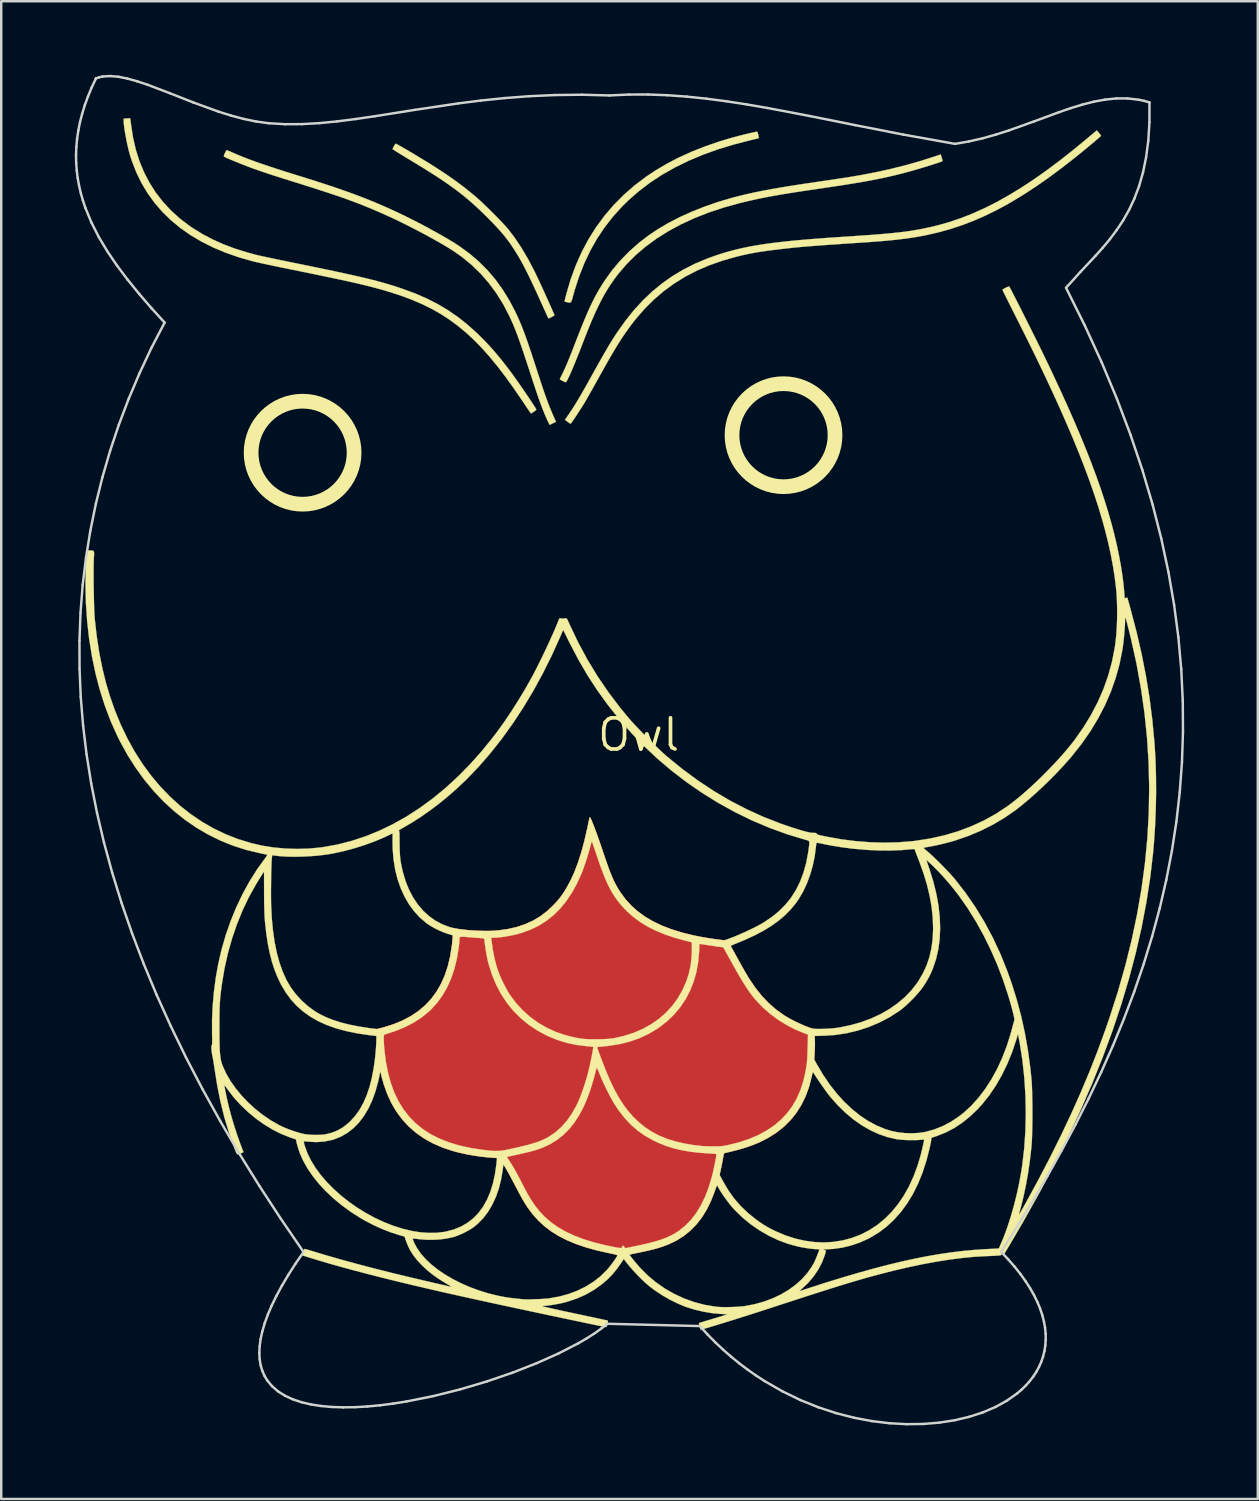
<source format=kicad_pcb>
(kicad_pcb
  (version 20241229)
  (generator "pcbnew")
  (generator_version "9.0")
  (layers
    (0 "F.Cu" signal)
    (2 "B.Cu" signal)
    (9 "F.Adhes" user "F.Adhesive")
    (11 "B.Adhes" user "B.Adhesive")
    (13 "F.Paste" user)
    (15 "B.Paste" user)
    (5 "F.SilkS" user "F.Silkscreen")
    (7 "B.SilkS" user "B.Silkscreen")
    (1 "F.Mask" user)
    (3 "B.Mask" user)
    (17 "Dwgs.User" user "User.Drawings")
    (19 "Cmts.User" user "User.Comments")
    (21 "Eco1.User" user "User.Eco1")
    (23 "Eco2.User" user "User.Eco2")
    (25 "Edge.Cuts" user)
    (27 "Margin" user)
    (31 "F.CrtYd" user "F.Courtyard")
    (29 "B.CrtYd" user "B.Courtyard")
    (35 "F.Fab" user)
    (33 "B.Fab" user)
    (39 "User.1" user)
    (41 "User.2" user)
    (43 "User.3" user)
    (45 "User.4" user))
  (footprint "Owl"
    (layer "F.Cu")
    (at 22.988 26.908)
    (property "Reference" "Owl" (at 0 0 0) (layer "F.SilkS") (effects (font (size 1.27 1.27) (thickness 0.15))))
    (attr through_hole)
    (fp_poly (pts (xy -1.977 3.371) (xy -1.951 3.419) (xy -1.914 3.5) (xy -1.868 3.612) (xy -1.814 3.751) (xy -1.753 3.913) (xy -1.686 4.096) (xy -1.615 4.296) (xy -1.541 4.51) (xy -1.465 4.735) (xy -1.463 4.741) (xy -1.369 5.017) (xy -1.286 5.257) (xy -1.211 5.466) (xy -1.141 5.647) (xy -1.075 5.807) (xy -1.012 5.949) (xy -0.948 6.077) (xy -0.882 6.198) (xy -0.813 6.314) (xy -0.737 6.432) (xy -0.735 6.435) (xy -0.53 6.713) (xy -0.3 6.967) (xy -0.042 7.198) (xy 0.244 7.407) (xy 0.561 7.596) (xy 0.911 7.765) (xy 1.296 7.916) (xy 1.716 8.049) (xy 2.017 8.129) (xy 2.244 8.181) (xy 2.496 8.232) (xy 2.76 8.279) (xy 3.019 8.32) (xy 3.259 8.352) (xy 3.362 8.363) (xy 3.622 8.39) (xy 3.697 8.518) (xy 3.727 8.571) (xy 3.774 8.654) (xy 3.835 8.762) (xy 3.905 8.888) (xy 3.982 9.027) (xy 4.061 9.171) (xy 4.066 9.18) (xy 4.151 9.333) (xy 4.237 9.486) (xy 4.321 9.633) (xy 4.398 9.765) (xy 4.463 9.875) (xy 4.508 9.949) (xy 4.76 10.319) (xy 5.025 10.651) (xy 5.308 10.946) (xy 5.609 11.208) (xy 5.931 11.439) (xy 6.181 11.588) (xy 6.309 11.655) (xy 6.457 11.727) (xy 6.615 11.799) (xy 6.77 11.866) (xy 6.911 11.922) (xy 7.019 11.96) (xy 7.169 12.008) (xy 7.182 12.306) (xy 7.188 12.684) (xy 7.172 13.067) (xy 7.135 13.444) (xy 7.079 13.809) (xy 7.004 14.151) (xy 6.921 14.436) (xy 6.779 14.803) (xy 6.608 15.142) (xy 6.407 15.453) (xy 6.174 15.737) (xy 5.91 15.995) (xy 5.613 16.228) (xy 5.282 16.436) (xy 4.917 16.621) (xy 4.516 16.783) (xy 4.507 16.786) (xy 4.415 16.816) (xy 4.293 16.853) (xy 4.149 16.894) (xy 3.994 16.936) (xy 3.839 16.976) (xy 3.692 17.012) (xy 3.565 17.042) (xy 3.521 17.051) (xy 3.496 17.062) (xy 3.478 17.089) (xy 3.463 17.141) (xy 3.45 17.214) (xy 3.424 17.362) (xy 3.39 17.534) (xy 3.351 17.717) (xy 3.309 17.901) (xy 3.267 18.073) (xy 3.228 18.223) (xy 3.204 18.307) (xy 3.066 18.718) (xy 2.911 19.09) (xy 2.739 19.426) (xy 2.547 19.727) (xy 2.334 19.995) (xy 2.1 20.231) (xy 1.843 20.437) (xy 1.56 20.614) (xy 1.252 20.764) (xy 0.953 20.877) (xy 0.844 20.912) (xy 0.74 20.943) (xy 0.631 20.973) (xy 0.511 21.003) (xy 0.375 21.035) (xy 0.213 21.071) (xy 0.021 21.111) (xy -0.092 21.135) (xy -0.266 21.17) (xy -0.406 21.196) (xy -0.516 21.213) (xy -0.605 21.222) (xy -0.678 21.225) (xy -0.742 21.221) (xy -0.783 21.216) (xy -0.82 21.209) (xy -0.891 21.195) (xy -0.988 21.176) (xy -1.105 21.153) (xy -1.235 21.127) (xy -1.249 21.124) (xy -1.724 21.018) (xy -2.161 20.897) (xy -2.562 20.76) (xy -2.93 20.606) (xy -3.266 20.433) (xy -3.572 20.24) (xy -3.851 20.026) (xy -4.105 19.79) (xy -4.336 19.53) (xy -4.546 19.244) (xy -4.675 19.039) (xy -4.721 18.96) (xy -4.782 18.851) (xy -4.852 18.72) (xy -4.929 18.577) (xy -5.007 18.43) (xy -5.053 18.341) (xy -5.184 18.093) (xy -5.304 17.873) (xy -5.413 17.685) (xy -5.509 17.529) (xy -5.591 17.408) (xy -5.64 17.346) (xy -5.707 17.266) (xy -5.949 17.248) (xy -6.475 17.195) (xy -6.968 17.116) (xy -7.428 17.011) (xy -7.855 16.88) (xy -8.251 16.722) (xy -8.614 16.538) (xy -8.947 16.326) (xy -9.249 16.087) (xy -9.521 15.821) (xy -9.762 15.526) (xy -9.975 15.204) (xy -10.14 14.891) (xy -10.275 14.581) (xy -10.388 14.26) (xy -10.482 13.921) (xy -10.557 13.562) (xy -10.615 13.176) (xy -10.656 12.76) (xy -10.68 12.349) (xy -10.694 12.009) (xy -10.464 11.95) (xy -10.054 11.826) (xy -9.676 11.676) (xy -9.33 11.498) (xy -9.016 11.294) (xy -8.734 11.061) (xy -8.483 10.8) (xy -8.264 10.51) (xy -8.074 10.192) (xy -7.916 9.845) (xy -7.787 9.468) (xy -7.689 9.061) (xy -7.62 8.625) (xy -7.609 8.53) (xy -7.596 8.403) (xy -7.584 8.275) (xy -7.573 8.158) (xy -7.566 8.068) (xy -7.565 8.057) (xy -7.552 7.891) (xy -7.465 7.904) (xy -7.167 7.943) (xy -6.864 7.972) (xy -6.565 7.991) (xy -6.279 8) (xy -6.015 7.998) (xy -5.781 7.985) (xy -5.747 7.982) (xy -5.344 7.926) (xy -4.971 7.84) (xy -4.625 7.725) (xy -4.305 7.58) (xy -4.008 7.402) (xy -3.732 7.191) (xy -3.534 7.008) (xy -3.387 6.857) (xy -3.265 6.719) (xy -3.158 6.582) (xy -3.055 6.434) (xy -2.948 6.262) (xy -2.939 6.245) (xy -2.769 5.933) (xy -2.611 5.583) (xy -2.465 5.195) (xy -2.329 4.768) (xy -2.204 4.302) (xy -2.089 3.795) (xy -2.073 3.715) (xy -2.049 3.6) (xy -2.027 3.5) (xy -2.009 3.422) (xy -1.996 3.373) (xy -1.991 3.36) (xy -1.977 3.371)) (stroke (width 0.01) (type solid)) (fill yes) (layer "F.Cu"))
    (fp_poly (pts (xy -3.066 -4.044) (xy -3.041 -3.992) (xy -3.004 -3.912) (xy -2.958 -3.809) (xy -2.906 -3.689) (xy -2.878 -3.623) (xy -2.625 -3.048) (xy -2.371 -2.512) (xy -2.114 -2.012) (xy -1.852 -1.547) (xy -1.584 -1.113) (xy -1.306 -0.707) (xy -1.019 -0.327) (xy -0.719 0.031) (xy -0.404 0.368) (xy -0.073 0.688) (xy 0.276 0.994) (xy 0.305 1.018) (xy 0.506 1.137) (xy 0.255 1.257) (xy 0 1.425) (xy -0.147 1.553) (xy -0.342 1.709) (xy -0.471 1.83) (xy -0.573 1.903) (xy -0.66 2.006) (xy -0.76 2.094) (xy -0.867 2.19) (xy -0.966 2.305) (xy -1.1 2.4) (xy -1.225 2.5) (xy -1.35 2.625) (xy -1.5 2.725) (xy -1.675 2.9) (xy -1.9 3.1) (xy -2.025 3.225) (xy -2.25 3.4) (xy -2.925 2.8) (xy -3.65 2.2) (xy -4.075 1.825) (xy -4.45 1.5) (xy -4.8 1.225) (xy -5.125 1) (xy -5.425 0.811) (xy -5.519 0.732) (xy -5.601 0.662) (xy -5.666 0.604) (xy -5.709 0.565) (xy -5.723 0.549) (xy -5.722 0.535) (xy -5.711 0.51) (xy -5.689 0.471) (xy -5.655 0.416) (xy -5.605 0.342) (xy -5.54 0.246) (xy -5.456 0.126) (xy -5.353 -0.02) (xy -5.229 -0.195) (xy -5.081 -0.401) (xy -5.053 -0.441) (xy -4.851 -0.725) (xy -4.672 -0.98) (xy -4.514 -1.211) (xy -4.373 -1.422) (xy -4.246 -1.618) (xy -4.131 -1.804) (xy -4.025 -1.983) (xy -3.924 -2.162) (xy -3.826 -2.344) (xy -3.729 -2.533) (xy -3.704 -2.583) (xy -3.506 -2.998) (xy -3.332 -3.407) (xy -3.195 -3.771) (xy -3.157 -3.874) (xy -3.124 -3.961) (xy -3.098 -4.025) (xy -3.081 -4.059) (xy -3.078 -4.062) (xy -3.066 -4.044)) (stroke (width 0.01) (type solid)) (fill yes) (layer "F.Mask"))
    (fp_poly (pts (xy -12.328 -14.18) (xy -11.945 -14.129) (xy -11.569 -14.041) (xy -11.203 -13.916) (xy -10.849 -13.756) (xy -10.508 -13.56) (xy -10.183 -13.331) (xy -9.876 -13.07) (xy -9.589 -12.776) (xy -9.323 -12.452) (xy -9.082 -12.098) (xy -8.866 -11.714) (xy -8.836 -11.652) (xy -8.654 -11.235) (xy -8.508 -10.799) (xy -8.4 -10.349) (xy -8.329 -9.887) (xy -8.296 -9.42) (xy -8.303 -8.951) (xy -8.32 -8.73) (xy -8.382 -8.29) (xy -8.482 -7.854) (xy -8.618 -7.427) (xy -8.788 -7.014) (xy -8.99 -6.621) (xy -9.221 -6.252) (xy -9.415 -5.991) (xy -9.701 -5.666) (xy -10.009 -5.375) (xy -10.336 -5.119) (xy -10.682 -4.899) (xy -11.043 -4.716) (xy -11.418 -4.571) (xy -11.805 -4.465) (xy -12.203 -4.398) (xy -12.608 -4.372) (xy -12.961 -4.383) (xy -13.338 -4.431) (xy -13.715 -4.518) (xy -14.086 -4.644) (xy -14.447 -4.805) (xy -14.791 -4.999) (xy -15.113 -5.225) (xy -15.113 -5.225) (xy -15.444 -5.508) (xy -15.743 -5.817) (xy -16.012 -6.15) (xy -16.249 -6.504) (xy -16.454 -6.877) (xy -16.627 -7.265) (xy -16.769 -7.666) (xy -16.878 -8.078) (xy -16.955 -8.497) (xy -17 -8.922) (xy -17.012 -9.349) (xy -16.991 -9.776) (xy -16.937 -10.201) (xy -16.85 -10.62) (xy -16.729 -11.031) (xy -16.575 -11.432) (xy -16.388 -11.819) (xy -16.161 -11.8) (xy -16.161 -11.6) (xy -16.15 -11.15) (xy -16.05 -10.8) (xy -15.78 -10.223) (xy -15.4 -9.7) (xy -14.884 -9.344) (xy -14.088 -9.06) (xy -13.2 -9.1) (xy -12.3 -9.45) (xy -11.8 -9.95) (xy -11.55 -10.325) (xy -11.3 -11) (xy -11.25 -11.6) (xy -11.35 -12.15) (xy -11.6 -12.75) (xy -11.8 -13.05) (xy -12.095 -13.358) (xy -12.35 -13.528) (xy -12.645 -13.708) (xy -13 -13.85) (xy -13.35 -13.9) (xy -13.109 -14.166) (xy -12.717 -14.193) (xy -12.328 -14.18)) (stroke (width 0.01) (type solid)) (fill yes) (layer "F.Mask"))
    (fp_poly (pts (xy 7.288 -14.911) (xy 7.671 -14.86) (xy 8.047 -14.772) (xy 8.413 -14.647) (xy 8.768 -14.486) (xy 9.108 -14.291) (xy 9.433 -14.062) (xy 9.74 -13.801) (xy 10.028 -13.507) (xy 10.293 -13.183) (xy 10.535 -12.828) (xy 10.75 -12.445) (xy 10.781 -12.383) (xy 10.962 -11.966) (xy 11.108 -11.53) (xy 11.217 -11.079) (xy 11.288 -10.618) (xy 11.32 -10.151) (xy 11.314 -9.682) (xy 11.297 -9.461) (xy 11.234 -9.021) (xy 11.134 -8.585) (xy 10.998 -8.158) (xy 10.828 -7.745) (xy 10.627 -7.352) (xy 10.396 -6.983) (xy 10.201 -6.722) (xy 9.915 -6.397) (xy 9.607 -6.106) (xy 9.28 -5.85) (xy 8.935 -5.63) (xy 8.573 -5.447) (xy 8.198 -5.302) (xy 7.811 -5.196) (xy 7.414 -5.129) (xy 7.008 -5.103) (xy 6.655 -5.114) (xy 6.278 -5.161) (xy 5.902 -5.249) (xy 5.53 -5.375) (xy 5.17 -5.536) (xy 4.826 -5.73) (xy 4.504 -5.956) (xy 4.503 -5.956) (xy 4.173 -6.239) (xy 3.873 -6.548) (xy 3.605 -6.881) (xy 3.368 -7.235) (xy 3.162 -7.608) (xy 2.989 -7.996) (xy 2.848 -8.397) (xy 2.738 -8.809) (xy 2.661 -9.228) (xy 2.617 -9.653) (xy 2.605 -10.08) (xy 2.626 -10.507) (xy 2.68 -10.932) (xy 2.767 -11.351) (xy 2.887 -11.762) (xy 3.041 -12.163) (xy 3.229 -12.55) (xy 3.455 -12.531) (xy 3.455 -12.331) (xy 3.466 -11.881) (xy 3.566 -11.531) (xy 3.8 -10.95) (xy 4.211 -10.423) (xy 4.727 -10.067) (xy 5.528 -9.796) (xy 5.9 -9.8) (xy 6.426 -9.81) (xy 6.9 -10) (xy 7.311 -10.188) (xy 7.6 -10.429) (xy 7.828 -10.669) (xy 8.079 -11.051) (xy 8.2 -11.4) (xy 8.3 -11.75) (xy 8.366 -12.331) (xy 8.266 -12.881) (xy 8.016 -13.481) (xy 7.816 -13.781) (xy 7.521 -14.089) (xy 7.266 -14.259) (xy 6.971 -14.439) (xy 6.616 -14.581) (xy 6.266 -14.631) (xy 6.507 -14.896) (xy 6.899 -14.924) (xy 7.288 -14.911)) (stroke (width 0.01) (type solid)) (fill yes) (layer "F.Mask"))
    (fp_poly (pts (xy 20.37 -22.807) (xy 20.418 -22.78) (xy 20.476 -22.743) (xy 20.533 -22.705) (xy 20.571 -22.678) (xy 20.563 -22.659) (xy 20.532 -22.611) (xy 20.483 -22.54) (xy 20.419 -22.45) (xy 20.343 -22.346) (xy 20.259 -22.234) (xy 20.171 -22.117) (xy 20.083 -22.002) (xy 19.997 -21.893) (xy 19.958 -21.844) (xy 19.517 -21.329) (xy 19.048 -20.845) (xy 18.552 -20.392) (xy 18.03 -19.973) (xy 17.485 -19.586) (xy 16.917 -19.235) (xy 16.328 -18.918) (xy 15.719 -18.637) (xy 15.092 -18.393) (xy 14.447 -18.187) (xy 13.788 -18.019) (xy 13.114 -17.89) (xy 13.102 -17.888) (xy 12.901 -17.857) (xy 12.721 -17.832) (xy 12.555 -17.812) (xy 12.394 -17.796) (xy 12.23 -17.785) (xy 12.055 -17.778) (xy 11.86 -17.773) (xy 11.636 -17.771) (xy 11.451 -17.77) (xy 11.263 -17.771) (xy 11.086 -17.772) (xy 10.914 -17.774) (xy 10.741 -17.777) (xy 10.564 -17.782) (xy 10.376 -17.789) (xy 10.173 -17.798) (xy 9.95 -17.808) (xy 9.701 -17.821) (xy 9.421 -17.836) (xy 9.106 -17.853) (xy 9.017 -17.858) (xy 8.83 -17.867) (xy 8.617 -17.875) (xy 8.383 -17.882) (xy 8.134 -17.887) (xy 7.874 -17.891) (xy 7.609 -17.894) (xy 7.345 -17.896) (xy 7.087 -17.896) (xy 6.84 -17.895) (xy 6.611 -17.892) (xy 6.403 -17.888) (xy 6.222 -17.882) (xy 6.075 -17.875) (xy 5.99 -17.869) (xy 5.453 -17.813) (xy 4.952 -17.742) (xy 4.485 -17.655) (xy 4.047 -17.552) (xy 3.637 -17.432) (xy 3.538 -17.399) (xy 3.051 -17.215) (xy 2.594 -17) (xy 2.167 -16.756) (xy 1.769 -16.482) (xy 1.401 -16.178) (xy 1.062 -15.843) (xy 0.753 -15.478) (xy 0.472 -15.082) (xy 0.221 -14.655) (xy -0.002 -14.198) (xy -0.195 -13.71) (xy -0.361 -13.19) (xy -0.432 -12.922) (xy -0.53 -12.484) (xy -0.61 -12.031) (xy -0.673 -11.558) (xy -0.718 -11.06) (xy -0.747 -10.53) (xy -0.755 -10.313) (xy -0.769 -9.8) (xy -1.043 -9.8) (xy -1.031 -10.398) (xy -1.013 -10.904) (xy -0.979 -11.379) (xy -0.928 -11.833) (xy -0.86 -12.276) (xy -0.813 -12.531) (xy -0.681 -13.103) (xy -0.52 -13.644) (xy -0.331 -14.155) (xy -0.113 -14.634) (xy 0.134 -15.083) (xy 0.411 -15.501) (xy 0.716 -15.888) (xy 1.051 -16.245) (xy 1.415 -16.571) (xy 1.808 -16.866) (xy 2.231 -17.132) (xy 2.684 -17.367) (xy 3.166 -17.572) (xy 3.678 -17.746) (xy 4.219 -17.891) (xy 4.766 -18.001) (xy 4.98 -18.037) (xy 5.191 -18.068) (xy 5.403 -18.096) (xy 5.617 -18.12) (xy 5.837 -18.141) (xy 6.065 -18.158) (xy 6.302 -18.171) (xy 6.553 -18.18) (xy 6.818 -18.186) (xy 7.102 -18.188) (xy 7.405 -18.187) (xy 7.731 -18.183) (xy 8.082 -18.174) (xy 8.46 -18.163) (xy 8.869 -18.147) (xy 9.31 -18.129) (xy 9.786 -18.107) (xy 10.3 -18.081) (xy 10.795 -18.055) (xy 11.038 -18.044) (xy 11.251 -18.037) (xy 11.446 -18.035) (xy 11.634 -18.038) (xy 11.828 -18.045) (xy 12.012 -18.055) (xy 12.682 -18.118) (xy 13.343 -18.221) (xy 13.995 -18.363) (xy 14.635 -18.544) (xy 15.261 -18.763) (xy 15.87 -19.019) (xy 16.462 -19.312) (xy 17.034 -19.64) (xy 17.584 -20.003) (xy 18.11 -20.4) (xy 18.238 -20.505) (xy 18.677 -20.892) (xy 19.103 -21.312) (xy 19.508 -21.755) (xy 19.884 -22.213) (xy 20.133 -22.548) (xy 20.2 -22.64) (xy 20.26 -22.719) (xy 20.307 -22.778) (xy 20.337 -22.812) (xy 20.345 -22.818) (xy 20.37 -22.807)) (stroke (width 0.01) (type solid)) (fill yes) (layer "F.Mask"))
    (fp_poly (pts (xy -13.46 -17.397) (xy -13.323 -17.395) (xy -13.197 -17.392) (xy -12.792 -17.377) (xy -12.415 -17.347) (xy -12.054 -17.302) (xy -11.696 -17.24) (xy -11.329 -17.159) (xy -11.303 -17.153) (xy -10.771 -17.003) (xy -10.264 -16.819) (xy -9.782 -16.601) (xy -9.325 -16.349) (xy -8.894 -16.063) (xy -8.488 -15.743) (xy -8.108 -15.39) (xy -7.753 -15.003) (xy -7.424 -14.582) (xy -7.121 -14.128) (xy -6.844 -13.641) (xy -6.742 -13.438) (xy -6.506 -12.913) (xy -6.298 -12.358) (xy -6.119 -11.777) (xy -5.97 -11.172) (xy -5.851 -10.545) (xy -5.762 -9.899) (xy -5.704 -9.237) (xy -5.678 -8.562) (xy -5.679 -8.033) (xy -5.692 -7.636) (xy -5.714 -7.261) (xy -5.744 -6.912) (xy -5.783 -6.592) (xy -5.829 -6.306) (xy -5.882 -6.058) (xy -5.883 -6.054) (xy -5.913 -5.937) (xy -5.938 -5.857) (xy -5.961 -5.809) (xy -5.988 -5.787) (xy -6.023 -5.788) (xy -6.071 -5.806) (xy -6.107 -5.822) (xy -6.163 -5.848) (xy -6.203 -5.866) (xy -6.211 -5.869) (xy -6.216 -5.892) (xy -6.208 -5.945) (xy -6.19 -6.019) (xy -6.185 -6.034) (xy -6.136 -6.229) (xy -6.092 -6.461) (xy -6.054 -6.723) (xy -6.021 -7.009) (xy -5.995 -7.315) (xy -5.975 -7.633) (xy -5.963 -7.959) (xy -5.958 -8.286) (xy -5.962 -8.608) (xy -5.969 -8.818) (xy -6 -9.353) (xy -6.045 -9.856) (xy -6.107 -10.334) (xy -6.185 -10.796) (xy -6.281 -11.249) (xy -6.35 -11.531) (xy -6.519 -12.113) (xy -6.713 -12.663) (xy -6.935 -13.181) (xy -7.183 -13.668) (xy -7.458 -14.124) (xy -7.761 -14.55) (xy -8.093 -14.948) (xy -8.275 -15.142) (xy -8.645 -15.492) (xy -9.039 -15.808) (xy -9.457 -16.09) (xy -9.898 -16.337) (xy -10.364 -16.55) (xy -10.854 -16.73) (xy -11.369 -16.875) (xy -11.909 -16.987) (xy -12.475 -17.065) (xy -13.066 -17.11) (xy -13.219 -17.116) (xy -13.301 -17.118) (xy -13.378 -17.12) (xy -13.452 -17.12) (xy -13.528 -17.119) (xy -13.607 -17.115) (xy -13.694 -17.109) (xy -13.79 -17.1) (xy -13.899 -17.089) (xy -14.025 -17.073) (xy -14.17 -17.054) (xy -14.337 -17.031) (xy -14.529 -17.003) (xy -14.749 -16.971) (xy -15.001 -16.933) (xy -15.288 -16.889) (xy -15.611 -16.839) (xy -15.759 -16.817) (xy -16.073 -16.769) (xy -16.349 -16.727) (xy -16.59 -16.69) (xy -16.801 -16.659) (xy -16.985 -16.633) (xy -17.145 -16.611) (xy -17.285 -16.593) (xy -17.409 -16.578) (xy -17.52 -16.567) (xy -17.623 -16.558) (xy -17.721 -16.551) (xy -17.817 -16.546) (xy -17.915 -16.542) (xy -18.019 -16.538) (xy -18.067 -16.537) (xy -18.288 -16.534) (xy -18.478 -16.535) (xy -18.648 -16.543) (xy -18.81 -16.558) (xy -18.975 -16.58) (xy -19.136 -16.607) (xy -19.239 -16.626) (xy -19.306 -16.643) (xy -19.344 -16.662) (xy -19.358 -16.691) (xy -19.354 -16.733) (xy -19.339 -16.794) (xy -19.339 -16.795) (xy -19.321 -16.861) (xy -19.306 -16.908) (xy -19.299 -16.924) (xy -19.277 -16.923) (xy -19.222 -16.915) (xy -19.144 -16.901) (xy -19.091 -16.891) (xy -18.772 -16.84) (xy -18.428 -16.815) (xy -18.068 -16.814) (xy -17.891 -16.823) (xy -17.781 -16.831) (xy -17.675 -16.84) (xy -17.569 -16.849) (xy -17.458 -16.861) (xy -17.339 -16.875) (xy -17.208 -16.891) (xy -17.06 -16.911) (xy -16.892 -16.935) (xy -16.699 -16.963) (xy -16.478 -16.996) (xy -16.224 -17.034) (xy -15.933 -17.079) (xy -15.858 -17.091) (xy -15.629 -17.125) (xy -15.394 -17.161) (xy -15.158 -17.197) (xy -14.93 -17.231) (xy -14.716 -17.263) (xy -14.525 -17.291) (xy -14.363 -17.314) (xy -14.277 -17.326) (xy -14.109 -17.35) (xy -13.975 -17.368) (xy -13.863 -17.381) (xy -13.765 -17.39) (xy -13.671 -17.395) (xy -13.573 -17.397) (xy -13.46 -17.397)) (stroke (width 0.01) (type solid)) (fill yes) (layer "F.Mask"))
    (fp_circle (center -13.7 -11.5) (end -11.6 -11.5) (stroke (width 0.6) (type solid)) (fill no) (layer "F.SilkS"))
    (fp_circle (center 5.909 -12.214) (end 8.009 -12.214) (stroke (width 0.6) (type solid)) (fill no) (layer "F.SilkS"))
    (fp_poly (pts (xy 4.841 -24.588) (xy 4.85 -24.564) (xy 4.864 -24.513) (xy 4.88 -24.451) (xy 4.893 -24.389) (xy 4.901 -24.343) (xy 4.901 -24.325) (xy 4.88 -24.319) (xy 4.824 -24.304) (xy 4.741 -24.284) (xy 4.64 -24.26) (xy 4.58 -24.246) (xy 3.89 -24.069) (xy 3.235 -23.87) (xy 2.614 -23.646) (xy 2.027 -23.399) (xy 1.474 -23.127) (xy 0.953 -22.831) (xy 0.465 -22.51) (xy 0.01 -22.164) (xy -0.414 -21.793) (xy -0.678 -21.533) (xy -1.048 -21.123) (xy -1.385 -20.691) (xy -1.69 -20.234) (xy -1.964 -19.751) (xy -2.207 -19.241) (xy -2.421 -18.702) (xy -2.606 -18.133) (xy -2.663 -17.928) (xy -2.697 -17.805) (xy -2.723 -17.718) (xy -2.747 -17.661) (xy -2.773 -17.63) (xy -2.806 -17.618) (xy -2.85 -17.621) (xy -2.91 -17.635) (xy -2.921 -17.637) (xy -2.978 -17.651) (xy -3.015 -17.661) (xy -3.021 -17.663) (xy -3.018 -17.683) (xy -3.005 -17.738) (xy -2.985 -17.819) (xy -2.959 -17.92) (xy -2.943 -17.982) (xy -2.768 -18.577) (xy -2.559 -19.145) (xy -2.317 -19.688) (xy -2.041 -20.206) (xy -1.732 -20.697) (xy -1.39 -21.161) (xy -1.015 -21.599) (xy -0.607 -22.011) (xy -0.167 -22.396) (xy 0.307 -22.754) (xy 0.654 -22.986) (xy 1.125 -23.267) (xy 1.622 -23.527) (xy 2.147 -23.766) (xy 2.704 -23.987) (xy 3.295 -24.19) (xy 3.717 -24.318) (xy 3.84 -24.352) (xy 3.976 -24.389) (xy 4.119 -24.426) (xy 4.265 -24.463) (xy 4.406 -24.497) (xy 4.536 -24.528) (xy 4.651 -24.554) (xy 4.744 -24.574) (xy 4.809 -24.586) (xy 4.839 -24.588) (xy 4.841 -24.588)) (stroke (width 0.01) (type solid)) (fill yes) (layer "F.SilkS"))
    (fp_poly (pts (xy -9.882 -24.092) (xy -9.828 -24.064) (xy -9.746 -24.019) (xy -9.639 -23.958) (xy -9.513 -23.885) (xy -9.37 -23.801) (xy -9.215 -23.709) (xy -9.052 -23.611) (xy -8.884 -23.51) (xy -8.717 -23.408) (xy -8.552 -23.307) (xy -8.396 -23.209) (xy -8.319 -23.16) (xy -7.871 -22.868) (xy -7.457 -22.579) (xy -7.07 -22.288) (xy -6.703 -21.99) (xy -6.604 -21.905) (xy -6.505 -21.817) (xy -6.387 -21.708) (xy -6.255 -21.581) (xy -6.113 -21.444) (xy -5.968 -21.3) (xy -5.824 -21.155) (xy -5.686 -21.014) (xy -5.56 -20.882) (xy -5.45 -20.765) (xy -5.362 -20.667) (xy -5.31 -20.606) (xy -5.038 -20.245) (xy -4.772 -19.845) (xy -4.514 -19.407) (xy -4.263 -18.933) (xy -4.094 -18.584) (xy -4.035 -18.457) (xy -3.97 -18.315) (xy -3.901 -18.163) (xy -3.829 -18.005) (xy -3.757 -17.846) (xy -3.687 -17.691) (xy -3.621 -17.544) (xy -3.561 -17.411) (xy -3.51 -17.296) (xy -3.47 -17.203) (xy -3.442 -17.139) (xy -3.43 -17.107) (xy -3.429 -17.104) (xy -3.446 -17.09) (xy -3.489 -17.064) (xy -3.546 -17.033) (xy -3.603 -17.004) (xy -3.65 -16.983) (xy -3.672 -16.976) (xy -3.685 -16.993) (xy -3.708 -17.037) (xy -3.721 -17.066) (xy -3.877 -17.411) (xy -4.017 -17.72) (xy -4.143 -17.997) (xy -4.257 -18.244) (xy -4.361 -18.465) (xy -4.455 -18.662) (xy -4.542 -18.839) (xy -4.622 -18.998) (xy -4.698 -19.143) (xy -4.771 -19.278) (xy -4.842 -19.404) (xy -4.913 -19.525) (xy -4.931 -19.556) (xy -5.058 -19.761) (xy -5.181 -19.949) (xy -5.305 -20.125) (xy -5.436 -20.295) (xy -5.577 -20.466) (xy -5.736 -20.645) (xy -5.916 -20.836) (xy -6.122 -21.047) (xy -6.169 -21.094) (xy -6.378 -21.3) (xy -6.581 -21.493) (xy -6.782 -21.675) (xy -6.985 -21.851) (xy -7.194 -22.021) (xy -7.412 -22.19) (xy -7.644 -22.36) (xy -7.892 -22.534) (xy -8.161 -22.714) (xy -8.454 -22.903) (xy -8.776 -23.105) (xy -9.129 -23.321) (xy -9.345 -23.451) (xy -9.498 -23.544) (xy -9.64 -23.63) (xy -9.765 -23.707) (xy -9.871 -23.773) (xy -9.953 -23.825) (xy -10.007 -23.86) (xy -10.029 -23.877) (xy -10.029 -23.877) (xy -10.023 -23.904) (xy -10 -23.953) (xy -9.969 -24.01) (xy -9.936 -24.062) (xy -9.909 -24.095) (xy -9.904 -24.099) (xy -9.882 -24.092)) (stroke (width 0.01) (type solid)) (fill yes) (layer "F.SilkS"))
    (fp_poly (pts (xy 12.36 -23.531) (xy 12.38 -23.463) (xy 12.39 -23.41) (xy 12.388 -23.387) (xy 12.361 -23.374) (xy 12.298 -23.351) (xy 12.206 -23.319) (xy 12.089 -23.281) (xy 11.954 -23.237) (xy 11.805 -23.191) (xy 11.648 -23.142) (xy 11.488 -23.094) (xy 11.332 -23.048) (xy 11.187 -23.006) (xy 10.944 -22.939) (xy 10.707 -22.876) (xy 10.47 -22.817) (xy 10.231 -22.761) (xy 9.985 -22.706) (xy 9.729 -22.654) (xy 9.457 -22.601) (xy 9.168 -22.549) (xy 8.856 -22.495) (xy 8.517 -22.44) (xy 8.149 -22.383) (xy 7.746 -22.322) (xy 7.305 -22.257) (xy 7.303 -22.257) (xy 6.891 -22.196) (xy 6.516 -22.14) (xy 6.175 -22.086) (xy 5.863 -22.035) (xy 5.574 -21.986) (xy 5.306 -21.936) (xy 5.053 -21.887) (xy 4.811 -21.837) (xy 4.575 -21.785) (xy 4.341 -21.73) (xy 4.105 -21.672) (xy 4.078 -21.665) (xy 3.436 -21.486) (xy 2.827 -21.282) (xy 2.251 -21.054) (xy 1.708 -20.801) (xy 1.198 -20.524) (xy 0.723 -20.224) (xy 0.281 -19.899) (xy -0.126 -19.551) (xy -0.498 -19.179) (xy -0.836 -18.784) (xy -1.011 -18.55) (xy -1.151 -18.347) (xy -1.284 -18.138) (xy -1.413 -17.918) (xy -1.539 -17.683) (xy -1.666 -17.429) (xy -1.794 -17.152) (xy -1.927 -16.847) (xy -2.065 -16.511) (xy -2.212 -16.138) (xy -2.243 -16.057) (xy -2.363 -15.748) (xy -2.474 -15.466) (xy -2.576 -15.213) (xy -2.667 -14.991) (xy -2.748 -14.801) (xy -2.818 -14.643) (xy -2.877 -14.521) (xy -2.923 -14.434) (xy -2.955 -14.385) (xy -2.972 -14.373) (xy -3.002 -14.383) (xy -3.056 -14.407) (xy -3.101 -14.429) (xy -3.16 -14.459) (xy -3.201 -14.482) (xy -3.213 -14.489) (xy -3.207 -14.509) (xy -3.185 -14.559) (xy -3.151 -14.631) (xy -3.114 -14.705) (xy -3.061 -14.815) (xy -3.006 -14.932) (xy -2.949 -15.062) (xy -2.886 -15.209) (xy -2.817 -15.378) (xy -2.739 -15.574) (xy -2.651 -15.801) (xy -2.563 -16.027) (xy -2.427 -16.377) (xy -2.302 -16.691) (xy -2.186 -16.973) (xy -2.077 -17.228) (xy -1.973 -17.459) (xy -1.871 -17.67) (xy -1.77 -17.867) (xy -1.668 -18.053) (xy -1.563 -18.232) (xy -1.453 -18.409) (xy -1.388 -18.51) (xy -1.085 -18.932) (xy -0.746 -19.335) (xy -0.373 -19.716) (xy 0.033 -20.073) (xy 0.402 -20.357) (xy 0.793 -20.619) (xy 1.221 -20.87) (xy 1.682 -21.107) (xy 2.171 -21.328) (xy 2.685 -21.532) (xy 3.218 -21.717) (xy 3.767 -21.88) (xy 3.984 -21.938) (xy 4.215 -21.996) (xy 4.447 -22.051) (xy 4.684 -22.103) (xy 4.93 -22.154) (xy 5.19 -22.205) (xy 5.466 -22.256) (xy 5.764 -22.307) (xy 6.087 -22.361) (xy 6.439 -22.416) (xy 6.825 -22.475) (xy 7.249 -22.537) (xy 7.273 -22.541) (xy 7.596 -22.588) (xy 7.882 -22.63) (xy 8.136 -22.669) (xy 8.362 -22.703) (xy 8.566 -22.735) (xy 8.752 -22.766) (xy 8.925 -22.795) (xy 9.089 -22.824) (xy 9.251 -22.854) (xy 9.413 -22.885) (xy 9.583 -22.918) (xy 9.617 -22.925) (xy 10.239 -23.06) (xy 10.862 -23.215) (xy 11.474 -23.388) (xy 12.059 -23.574) (xy 12.069 -23.577) (xy 12.316 -23.661) (xy 12.36 -23.531)) (stroke (width 0.01) (type solid)) (fill yes) (layer "F.SilkS"))
    (fp_poly (pts (xy -16.764 -23.825) (xy -16.707 -23.803) (xy -16.633 -23.771) (xy -16.603 -23.758) (xy -16.382 -23.661) (xy -16.137 -23.561) (xy -15.865 -23.456) (xy -15.564 -23.346) (xy -15.231 -23.231) (xy -14.866 -23.109) (xy -14.464 -22.979) (xy -14.023 -22.841) (xy -13.938 -22.815) (xy -13.468 -22.669) (xy -13.034 -22.531) (xy -12.632 -22.4) (xy -12.259 -22.274) (xy -11.91 -22.152) (xy -11.58 -22.033) (xy -11.265 -21.913) (xy -10.961 -21.793) (xy -10.664 -21.67) (xy -10.369 -21.543) (xy -10.072 -21.409) (xy -9.77 -21.269) (xy -9.52 -21.149) (xy -9.255 -21.017) (xy -8.983 -20.878) (xy -8.709 -20.733) (xy -8.439 -20.587) (xy -8.177 -20.443) (xy -7.931 -20.302) (xy -7.705 -20.17) (xy -7.505 -20.048) (xy -7.336 -19.939) (xy -7.305 -19.919) (xy -6.892 -19.616) (xy -6.512 -19.291) (xy -6.161 -18.94) (xy -5.839 -18.562) (xy -5.544 -18.153) (xy -5.272 -17.713) (xy -5.023 -17.238) (xy -5.012 -17.214) (xy -4.951 -17.084) (xy -4.892 -16.954) (xy -4.834 -16.82) (xy -4.775 -16.679) (xy -4.716 -16.528) (xy -4.654 -16.364) (xy -4.588 -16.183) (xy -4.517 -15.981) (xy -4.44 -15.756) (xy -4.356 -15.504) (xy -4.263 -15.222) (xy -4.16 -14.906) (xy -4.046 -14.553) (xy -4.042 -14.541) (xy -3.922 -14.176) (xy -3.81 -13.849) (xy -3.703 -13.556) (xy -3.601 -13.294) (xy -3.502 -13.06) (xy -3.481 -13.013) (xy -3.369 -12.762) (xy -3.494 -12.699) (xy -3.558 -12.667) (xy -3.606 -12.645) (xy -3.626 -12.636) (xy -3.638 -12.654) (xy -3.663 -12.703) (xy -3.698 -12.773) (xy -3.723 -12.827) (xy -3.821 -13.051) (xy -3.927 -13.314) (xy -4.04 -13.617) (xy -4.16 -13.961) (xy -4.288 -14.347) (xy -4.307 -14.404) (xy -4.42 -14.754) (xy -4.523 -15.067) (xy -4.615 -15.346) (xy -4.698 -15.595) (xy -4.773 -15.816) (xy -4.842 -16.014) (xy -4.905 -16.191) (xy -4.964 -16.35) (xy -5.02 -16.496) (xy -5.075 -16.631) (xy -5.128 -16.758) (xy -5.183 -16.882) (xy -5.239 -17.004) (xy -5.271 -17.073) (xy -5.516 -17.546) (xy -5.792 -17.991) (xy -6.098 -18.406) (xy -6.433 -18.792) (xy -6.797 -19.147) (xy -7.188 -19.47) (xy -7.504 -19.694) (xy -7.698 -19.819) (xy -7.926 -19.957) (xy -8.182 -20.105) (xy -8.459 -20.26) (xy -8.751 -20.419) (xy -9.054 -20.578) (xy -9.361 -20.736) (xy -9.666 -20.888) (xy -9.964 -21.032) (xy -10.249 -21.164) (xy -10.372 -21.22) (xy -10.615 -21.326) (xy -10.85 -21.427) (xy -11.083 -21.524) (xy -11.315 -21.617) (xy -11.553 -21.709) (xy -11.799 -21.8) (xy -12.057 -21.893) (xy -12.332 -21.988) (xy -12.627 -22.087) (xy -12.947 -22.192) (xy -13.295 -22.304) (xy -13.675 -22.424) (xy -14.092 -22.554) (xy -14.15 -22.572) (xy -14.524 -22.689) (xy -14.862 -22.797) (xy -15.168 -22.897) (xy -15.446 -22.992) (xy -15.702 -23.082) (xy -15.939 -23.17) (xy -16.162 -23.257) (xy -16.247 -23.291) (xy -16.43 -23.365) (xy -16.576 -23.425) (xy -16.691 -23.473) (xy -16.777 -23.51) (xy -16.839 -23.539) (xy -16.879 -23.56) (xy -16.902 -23.575) (xy -16.911 -23.587) (xy -16.912 -23.59) (xy -16.904 -23.628) (xy -16.882 -23.683) (xy -16.854 -23.744) (xy -16.825 -23.796) (xy -16.801 -23.829) (xy -16.793 -23.833) (xy -16.764 -23.825)) (stroke (width 0.01) (type solid)) (fill yes) (layer "F.SilkS"))
    (fp_poly (pts (xy -20.725 -25.115) (xy -20.717 -25.061) (xy -20.707 -24.98) (xy -20.695 -24.88) (xy -20.692 -24.858) (xy -20.613 -24.341) (xy -20.498 -23.848) (xy -20.349 -23.378) (xy -20.164 -22.932) (xy -19.944 -22.509) (xy -19.69 -22.11) (xy -19.401 -21.736) (xy -19.077 -21.385) (xy -18.719 -21.06) (xy -18.327 -20.759) (xy -18.161 -20.646) (xy -17.77 -20.407) (xy -17.359 -20.191) (xy -16.926 -19.997) (xy -16.466 -19.824) (xy -15.973 -19.669) (xy -15.603 -19.569) (xy -15.53 -19.552) (xy -15.42 -19.527) (xy -15.278 -19.496) (xy -15.108 -19.46) (xy -14.915 -19.419) (xy -14.704 -19.374) (xy -14.479 -19.328) (xy -14.244 -19.279) (xy -14.004 -19.23) (xy -14.002 -19.23) (xy -13.542 -19.136) (xy -13.122 -19.05) (xy -12.738 -18.97) (xy -12.387 -18.896) (xy -12.066 -18.827) (xy -11.774 -18.763) (xy -11.507 -18.703) (xy -11.262 -18.647) (xy -11.037 -18.593) (xy -10.829 -18.541) (xy -10.635 -18.491) (xy -10.453 -18.441) (xy -10.279 -18.391) (xy -10.112 -18.341) (xy -9.948 -18.29) (xy -9.784 -18.236) (xy -9.621 -18.181) (xy -9.113 -17.993) (xy -8.638 -17.788) (xy -8.193 -17.561) (xy -7.772 -17.31) (xy -7.368 -17.032) (xy -6.978 -16.723) (xy -6.595 -16.379) (xy -6.329 -16.116) (xy -6.15 -15.929) (xy -5.981 -15.745) (xy -5.816 -15.555) (xy -5.648 -15.353) (xy -5.472 -15.131) (xy -5.28 -14.882) (xy -5.227 -14.811) (xy -5.151 -14.708) (xy -5.063 -14.587) (xy -4.968 -14.453) (xy -4.866 -14.308) (xy -4.762 -14.158) (xy -4.658 -14.007) (xy -4.557 -13.859) (xy -4.461 -13.717) (xy -4.375 -13.587) (xy -4.3 -13.473) (xy -4.239 -13.379) (xy -4.196 -13.308) (xy -4.173 -13.265) (xy -4.17 -13.256) (xy -4.186 -13.236) (xy -4.227 -13.203) (xy -4.28 -13.165) (xy -4.333 -13.13) (xy -4.375 -13.107) (xy -4.39 -13.102) (xy -4.404 -13.119) (xy -4.438 -13.167) (xy -4.489 -13.241) (xy -4.555 -13.338) (xy -4.632 -13.453) (xy -4.718 -13.581) (xy -4.748 -13.626) (xy -5.09 -14.127) (xy -5.423 -14.59) (xy -5.749 -15.016) (xy -6.071 -15.408) (xy -6.391 -15.767) (xy -6.712 -16.096) (xy -7.037 -16.397) (xy -7.368 -16.671) (xy -7.708 -16.922) (xy -8.059 -17.15) (xy -8.424 -17.358) (xy -8.806 -17.547) (xy -9.206 -17.721) (xy -9.628 -17.881) (xy -10.075 -18.029) (xy -10.37 -18.118) (xy -10.518 -18.16) (xy -10.663 -18.2) (xy -10.811 -18.24) (xy -10.962 -18.279) (xy -11.12 -18.319) (xy -11.288 -18.359) (xy -11.468 -18.402) (xy -11.664 -18.446) (xy -11.877 -18.494) (xy -12.112 -18.545) (xy -12.371 -18.6) (xy -12.656 -18.66) (xy -12.971 -18.726) (xy -13.318 -18.798) (xy -13.701 -18.876) (xy -14.121 -18.962) (xy -14.245 -18.987) (xy -14.471 -19.033) (xy -14.694 -19.079) (xy -14.907 -19.124) (xy -15.107 -19.166) (xy -15.287 -19.205) (xy -15.444 -19.239) (xy -15.571 -19.267) (xy -15.664 -19.289) (xy -15.692 -19.295) (xy -16.272 -19.459) (xy -16.821 -19.648) (xy -17.337 -19.863) (xy -17.82 -20.105) (xy -18.271 -20.372) (xy -18.688 -20.665) (xy -19.073 -20.983) (xy -19.424 -21.326) (xy -19.741 -21.694) (xy -20.024 -22.087) (xy -20.273 -22.504) (xy -20.487 -22.946) (xy -20.667 -23.412) (xy -20.732 -23.611) (xy -20.773 -23.759) (xy -20.815 -23.929) (xy -20.856 -24.112) (xy -20.894 -24.302) (xy -20.929 -24.49) (xy -20.958 -24.668) (xy -20.98 -24.828) (xy -20.993 -24.962) (xy -20.997 -25.05) (xy -20.997 -25.121) (xy -20.865 -25.129) (xy -20.796 -25.133) (xy -20.746 -25.135) (xy -20.729 -25.136) (xy -20.725 -25.115)) (stroke (width 0.01) (type solid)) (fill yes) (layer "F.SilkS"))
    (fp_poly (pts (xy 18.769 -24.54) (xy 18.814 -24.485) (xy 18.845 -24.442) (xy 18.854 -24.422) (xy 18.836 -24.402) (xy 18.789 -24.359) (xy 18.717 -24.296) (xy 18.624 -24.217) (xy 18.515 -24.124) (xy 18.392 -24.022) (xy 18.26 -23.913) (xy 18.124 -23.801) (xy 17.987 -23.689) (xy 17.852 -23.58) (xy 17.812 -23.548) (xy 17.249 -23.108) (xy 16.704 -22.704) (xy 16.174 -22.335) (xy 15.658 -21.999) (xy 15.153 -21.696) (xy 14.657 -21.423) (xy 14.166 -21.18) (xy 13.68 -20.966) (xy 13.195 -20.779) (xy 12.708 -20.618) (xy 12.219 -20.482) (xy 11.724 -20.369) (xy 11.589 -20.343) (xy 11.342 -20.298) (xy 11.088 -20.258) (xy 10.821 -20.221) (xy 10.537 -20.187) (xy 10.231 -20.155) (xy 9.897 -20.126) (xy 9.531 -20.097) (xy 9.128 -20.069) (xy 9.091 -20.066) (xy 8.702 -20.041) (xy 8.351 -20.017) (xy 8.036 -19.996) (xy 7.752 -19.977) (xy 7.497 -19.958) (xy 7.266 -19.941) (xy 7.057 -19.925) (xy 6.866 -19.91) (xy 6.689 -19.895) (xy 6.523 -19.879) (xy 6.364 -19.864) (xy 6.209 -19.848) (xy 6.054 -19.831) (xy 5.897 -19.813) (xy 5.789 -19.801) (xy 5.497 -19.765) (xy 5.239 -19.732) (xy 5.009 -19.699) (xy 4.798 -19.665) (xy 4.6 -19.629) (xy 4.407 -19.589) (xy 4.211 -19.546) (xy 4.005 -19.496) (xy 3.99 -19.492) (xy 3.425 -19.333) (xy 2.89 -19.145) (xy 2.385 -18.929) (xy 1.908 -18.682) (xy 1.458 -18.404) (xy 1.033 -18.095) (xy 0.632 -17.752) (xy 0.253 -17.376) (xy -0.105 -16.965) (xy -0.303 -16.711) (xy -0.407 -16.57) (xy -0.507 -16.43) (xy -0.604 -16.289) (xy -0.702 -16.143) (xy -0.801 -15.987) (xy -0.906 -15.818) (xy -1.018 -15.632) (xy -1.139 -15.425) (xy -1.272 -15.193) (xy -1.419 -14.931) (xy -1.584 -14.637) (xy -1.617 -14.577) (xy -1.719 -14.394) (xy -1.818 -14.216) (xy -1.913 -14.047) (xy -2.001 -13.892) (xy -2.077 -13.757) (xy -2.141 -13.645) (xy -2.189 -13.562) (xy -2.211 -13.525) (xy -2.264 -13.439) (xy -2.328 -13.337) (xy -2.399 -13.227) (xy -2.473 -13.114) (xy -2.546 -13.003) (xy -2.615 -12.899) (xy -2.677 -12.81) (xy -2.726 -12.74) (xy -2.76 -12.694) (xy -2.774 -12.679) (xy -2.796 -12.691) (xy -2.842 -12.721) (xy -2.894 -12.76) (xy -3.003 -12.84) (xy -2.823 -13.103) (xy -2.747 -13.217) (xy -2.671 -13.332) (xy -2.595 -13.453) (xy -2.515 -13.583) (xy -2.429 -13.728) (xy -2.334 -13.89) (xy -2.229 -14.074) (xy -2.11 -14.284) (xy -1.976 -14.525) (xy -1.872 -14.711) (xy -1.712 -14.999) (xy -1.569 -15.253) (xy -1.441 -15.478) (xy -1.326 -15.677) (xy -1.222 -15.855) (xy -1.125 -16.014) (xy -1.034 -16.16) (xy -0.947 -16.296) (xy -0.884 -16.391) (xy -0.545 -16.869) (xy -0.194 -17.308) (xy 0.172 -17.708) (xy 0.555 -18.073) (xy 0.958 -18.404) (xy 1.382 -18.702) (xy 1.829 -18.969) (xy 2.302 -19.208) (xy 2.803 -19.418) (xy 3.196 -19.558) (xy 3.422 -19.631) (xy 3.65 -19.698) (xy 3.881 -19.76) (xy 4.119 -19.818) (xy 4.367 -19.872) (xy 4.627 -19.923) (xy 4.902 -19.97) (xy 5.194 -20.015) (xy 5.507 -20.057) (xy 5.842 -20.096) (xy 6.203 -20.135) (xy 6.593 -20.171) (xy 7.013 -20.207) (xy 7.467 -20.242) (xy 7.957 -20.277) (xy 8.487 -20.312) (xy 8.615 -20.321) (xy 9.029 -20.348) (xy 9.405 -20.374) (xy 9.746 -20.4) (xy 10.056 -20.426) (xy 10.34 -20.453) (xy 10.6 -20.481) (xy 10.842 -20.51) (xy 11.068 -20.542) (xy 11.283 -20.576) (xy 11.49 -20.613) (xy 11.694 -20.654) (xy 11.897 -20.699) (xy 12.105 -20.749) (xy 12.171 -20.765) (xy 12.646 -20.897) (xy 13.124 -21.058) (xy 13.606 -21.247) (xy 14.094 -21.465) (xy 14.589 -21.715) (xy 15.092 -21.996) (xy 15.606 -22.309) (xy 16.132 -22.655) (xy 16.67 -23.036) (xy 17.224 -23.452) (xy 17.794 -23.903) (xy 18.314 -24.334) (xy 18.679 -24.642) (xy 18.769 -24.54)) (stroke (width 0.01) (type solid)) (fill yes) (layer "F.SilkS"))
    (fp_poly (pts (xy 15.114 -18.274) (xy 15.128 -18.25) (xy 15.159 -18.193) (xy 15.206 -18.104) (xy 15.265 -17.988) (xy 15.337 -17.847) (xy 15.419 -17.687) (xy 15.509 -17.509) (xy 15.605 -17.319) (xy 15.706 -17.118) (xy 15.81 -16.91) (xy 15.915 -16.7) (xy 16.02 -16.491) (xy 16.122 -16.285) (xy 16.221 -16.087) (xy 16.313 -15.9) (xy 16.398 -15.728) (xy 16.474 -15.573) (xy 16.538 -15.441) (xy 16.554 -15.409) (xy 16.891 -14.702) (xy 17.205 -14.028) (xy 17.497 -13.384) (xy 17.768 -12.768) (xy 18.019 -12.179) (xy 18.251 -11.615) (xy 18.464 -11.072) (xy 18.659 -10.548) (xy 18.838 -10.043) (xy 19 -9.552) (xy 19.148 -9.075) (xy 19.281 -8.609) (xy 19.294 -8.562) (xy 19.404 -8.137) (xy 19.504 -7.708) (xy 19.592 -7.283) (xy 19.668 -6.869) (xy 19.729 -6.473) (xy 19.775 -6.102) (xy 19.803 -5.785) (xy 19.818 -5.569) (xy 19.928 -5.591) (xy 20.06 -5.119) (xy 20.302 -4.195) (xy 20.511 -3.289) (xy 20.687 -2.392) (xy 20.832 -1.499) (xy 20.946 -0.603) (xy 21.031 0.304) (xy 21.039 0.402) (xy 21.076 1.031) (xy 21.096 1.688) (xy 21.1 2.365) (xy 21.087 3.049) (xy 21.058 3.733) (xy 21.013 4.405) (xy 20.976 4.826) (xy 20.858 5.835) (xy 20.7 6.852) (xy 20.504 7.877) (xy 20.268 8.911) (xy 19.992 9.954) (xy 19.677 11.006) (xy 19.323 12.067) (xy 18.928 13.138) (xy 18.493 14.22) (xy 18.019 15.312) (xy 17.504 16.415) (xy 16.949 17.528) (xy 16.354 18.654) (xy 15.748 19.738) (xy 15.681 19.855) (xy 15.605 19.987) (xy 15.521 20.13) (xy 15.434 20.28) (xy 15.345 20.432) (xy 15.258 20.581) (xy 15.174 20.722) (xy 15.098 20.852) (xy 15.03 20.965) (xy 14.975 21.057) (xy 14.935 21.124) (xy 14.912 21.16) (xy 14.909 21.165) (xy 14.887 21.164) (xy 14.849 21.149) (xy 14.81 21.136) (xy 14.797 21.149) (xy 14.796 21.176) (xy 14.793 21.2) (xy 14.782 21.215) (xy 14.752 21.225) (xy 14.697 21.232) (xy 14.609 21.238) (xy 14.6 21.238) (xy 14.502 21.244) (xy 14.378 21.25) (xy 14.242 21.256) (xy 14.109 21.262) (xy 14.097 21.262) (xy 13.648 21.289) (xy 13.166 21.337) (xy 12.654 21.403) (xy 12.118 21.489) (xy 11.56 21.592) (xy 10.984 21.714) (xy 10.395 21.851) (xy 10.128 21.918) (xy 9.934 21.969) (xy 9.744 22.019) (xy 9.556 22.069) (xy 9.366 22.121) (xy 9.173 22.176) (xy 8.974 22.233) (xy 8.765 22.294) (xy 8.545 22.36) (xy 8.31 22.432) (xy 8.058 22.51) (xy 7.786 22.596) (xy 7.491 22.689) (xy 7.171 22.791) (xy 6.823 22.903) (xy 6.444 23.026) (xy 6.032 23.16) (xy 5.583 23.306) (xy 5.366 23.377) (xy 5.134 23.453) (xy 4.893 23.53) (xy 4.648 23.609) (xy 4.4 23.688) (xy 4.154 23.766) (xy 3.913 23.842) (xy 3.68 23.914) (xy 3.459 23.983) (xy 3.253 24.046) (xy 3.067 24.103) (xy 2.902 24.153) (xy 2.763 24.194) (xy 2.653 24.226) (xy 2.576 24.247) (xy 2.534 24.257) (xy 2.53 24.257) (xy 2.522 24.238) (xy 2.506 24.19) (xy 2.488 24.128) (xy 2.471 24.06) (xy 2.462 24.009) (xy 2.462 23.989) (xy 2.485 23.98) (xy 2.542 23.962) (xy 2.627 23.935) (xy 2.734 23.902) (xy 2.857 23.865) (xy 2.893 23.855) (xy 3.031 23.814) (xy 3.168 23.773) (xy 3.292 23.735) (xy 3.396 23.704) (xy 3.468 23.681) (xy 3.471 23.68) (xy 3.63 23.63) (xy 3.355 23.616) (xy 3.009 23.585) (xy 2.65 23.525) (xy 2.293 23.442) (xy 1.954 23.337) (xy 1.893 23.315) (xy 1.592 23.19) (xy 1.281 23.036) (xy 0.972 22.859) (xy 0.678 22.666) (xy 0.455 22.5) (xy 0.303 22.372) (xy 0.137 22.216) (xy -0.036 22.043) (xy -0.206 21.861) (xy -0.365 21.679) (xy -0.505 21.507) (xy -0.561 21.432) (xy -0.604 21.373) (xy -0.707 21.529) (xy -0.883 21.778) (xy -1.06 21.994) (xy -1.248 22.189) (xy -1.456 22.371) (xy -1.468 22.381) (xy -1.79 22.616) (xy -2.133 22.815) (xy -2.499 22.98) (xy -2.89 23.112) (xy -3.101 23.167) (xy -3.223 23.194) (xy -3.358 23.22) (xy -3.496 23.244) (xy -3.626 23.263) (xy -3.739 23.277) (xy -3.824 23.283) (xy -3.838 23.283) (xy -3.891 23.287) (xy -3.922 23.297) (xy -3.923 23.299) (xy -3.905 23.306) (xy -3.848 23.321) (xy -3.757 23.343) (xy -3.635 23.372) (xy -3.485 23.406) (xy -3.311 23.444) (xy -3.116 23.487) (xy -2.903 23.533) (xy -2.676 23.581) (xy -2.596 23.598) (xy -2.365 23.647) (xy -2.146 23.694) (xy -1.943 23.737) (xy -1.76 23.776) (xy -1.599 23.811) (xy -1.465 23.84) (xy -1.361 23.863) (xy -1.29 23.878) (xy -1.255 23.886) (xy -1.253 23.887) (xy -1.253 23.909) (xy -1.26 23.961) (xy -1.271 24.022) (xy -1.289 24.097) (xy -1.307 24.137) (xy -1.33 24.151) (xy -1.334 24.151) (xy -1.36 24.147) (xy -1.425 24.134) (xy -1.525 24.114) (xy -1.659 24.087) (xy -1.823 24.053) (xy -2.014 24.013) (xy -2.23 23.968) (xy -2.468 23.918) (xy -2.725 23.863) (xy -2.999 23.806) (xy -3.286 23.745) (xy -3.584 23.682) (xy -3.89 23.617) (xy -4.201 23.551) (xy -4.515 23.484) (xy -4.828 23.417) (xy -5.139 23.35) (xy -5.443 23.285) (xy -5.588 23.254) (xy -6.406 23.076) (xy -7.184 22.905) (xy -7.923 22.739) (xy -8.624 22.578) (xy -9.289 22.422) (xy -9.919 22.27) (xy -10.515 22.122) (xy -11.08 21.978) (xy -11.614 21.838) (xy -12.119 21.7) (xy -12.596 21.566) (xy -13.047 21.433) (xy -13.472 21.303) (xy -13.476 21.302) (xy -13.711 21.228) (xy -13.673 21.1) (xy -13.651 21.032) (xy -13.635 20.983) (xy -13.626 20.964) (xy -13.605 20.967) (xy -13.55 20.981) (xy -13.471 21.004) (xy -13.373 21.033) (xy -13.345 21.042) (xy -12.753 21.22) (xy -12.125 21.4) (xy -11.459 21.582) (xy -10.755 21.767) (xy -10.011 21.954) (xy -9.227 22.143) (xy -8.402 22.336) (xy -8.276 22.365) (xy -8.121 22.4) (xy -7.977 22.433) (xy -7.851 22.462) (xy -7.748 22.486) (xy -7.674 22.503) (xy -7.634 22.513) (xy -7.631 22.514) (xy -7.63 22.509) (xy -7.66 22.487) (xy -7.717 22.452) (xy -7.779 22.415) (xy -8.031 22.263) (xy -8.251 22.118) (xy -8.449 21.973) (xy -8.633 21.821) (xy -8.802 21.665) (xy -9.02 21.436) (xy -9.198 21.207) (xy -9.341 20.974) (xy -9.449 20.731) (xy -9.474 20.661) (xy -9.514 20.544) (xy -9.205 20.544) (xy -9.205 20.57) (xy -9.187 20.625) (xy -9.155 20.7) (xy -9.113 20.787) (xy -9.065 20.877) (xy -9.043 20.916) (xy -8.886 21.147) (xy -8.689 21.373) (xy -8.458 21.592) (xy -8.193 21.803) (xy -7.901 22.003) (xy -7.582 22.19) (xy -7.241 22.363) (xy -6.882 22.52) (xy -6.507 22.659) (xy -6.119 22.778) (xy -5.723 22.875) (xy -5.493 22.92) (xy -5.401 22.936) (xy -5.308 22.95) (xy -5.208 22.964) (xy -5.092 22.978) (xy -4.953 22.993) (xy -4.782 23.01) (xy -4.71 23.017) (xy -4.628 23.021) (xy -4.515 23.022) (xy -4.377 23.021) (xy -4.226 23.016) (xy -4.07 23.01) (xy -3.918 23.002) (xy -3.781 22.992) (xy -3.667 22.981) (xy -3.635 22.977) (xy -3.237 22.906) (xy -2.857 22.802) (xy -2.496 22.666) (xy -2.157 22.5) (xy -1.844 22.305) (xy -1.559 22.083) (xy -1.306 21.834) (xy -1.271 21.796) (xy -1.207 21.719) (xy -1.136 21.629) (xy -1.063 21.534) (xy -0.995 21.44) (xy -0.936 21.354) (xy -0.891 21.285) (xy -0.866 21.24) (xy -0.864 21.232) (xy -0.879 21.218) (xy -0.931 21.199) (xy -0.947 21.195) (xy -0.373 21.195) (xy -0.364 21.214) (xy -0.332 21.259) (xy -0.282 21.324) (xy -0.218 21.404) (xy -0.147 21.491) (xy -0.071 21.581) (xy 0.003 21.667) (xy 0.046 21.716) (xy 0.357 22.032) (xy 0.696 22.318) (xy 1.06 22.573) (xy 1.446 22.795) (xy 1.85 22.982) (xy 2.269 23.133) (xy 2.698 23.245) (xy 3.136 23.317) (xy 3.207 23.325) (xy 3.336 23.334) (xy 3.496 23.337) (xy 3.674 23.336) (xy 3.859 23.331) (xy 4.039 23.322) (xy 4.202 23.309) (xy 4.337 23.294) (xy 4.339 23.293) (xy 4.731 23.218) (xy 5.108 23.113) (xy 5.465 22.98) (xy 5.801 22.821) (xy 6.03 22.686) (xy 6.559 22.686) (xy 6.562 22.687) (xy 6.592 22.677) (xy 6.655 22.656) (xy 6.743 22.627) (xy 6.848 22.592) (xy 6.921 22.568) (xy 7.627 22.341) (xy 8.298 22.134) (xy 8.936 21.946) (xy 9.545 21.776) (xy 10.127 21.623) (xy 10.685 21.488) (xy 11.221 21.37) (xy 11.738 21.267) (xy 12.239 21.18) (xy 12.725 21.108) (xy 13.2 21.05) (xy 13.667 21.006) (xy 14.127 20.975) (xy 14.182 20.972) (xy 14.688 20.946) (xy 14.74 20.829) (xy 14.892 20.466) (xy 15.038 20.068) (xy 15.175 19.643) (xy 15.302 19.198) (xy 15.417 18.741) (xy 15.517 18.28) (xy 15.601 17.821) (xy 15.641 17.558) (xy 15.721 16.871) (xy 15.77 16.164) (xy 15.787 15.444) (xy 15.772 14.72) (xy 15.727 13.999) (xy 15.651 13.288) (xy 15.544 12.596) (xy 15.491 12.32) (xy 15.468 12.205) (xy 15.395 12.447) (xy 15.227 12.946) (xy 15.032 13.423) (xy 14.812 13.876) (xy 14.568 14.301) (xy 14.302 14.695) (xy 14.016 15.056) (xy 13.825 15.265) (xy 13.515 15.562) (xy 13.197 15.819) (xy 12.869 16.036) (xy 12.529 16.214) (xy 12.176 16.355) (xy 11.942 16.435) (xy 11.93 16.528) (xy 11.92 16.586) (xy 11.903 16.673) (xy 11.882 16.777) (xy 11.862 16.867) (xy 11.732 17.376) (xy 11.576 17.855) (xy 11.395 18.302) (xy 11.189 18.717) (xy 10.958 19.099) (xy 10.703 19.449) (xy 10.424 19.764) (xy 10.122 20.046) (xy 9.797 20.293) (xy 9.449 20.504) (xy 9.343 20.559) (xy 9.004 20.709) (xy 8.651 20.828) (xy 8.293 20.914) (xy 7.937 20.965) (xy 7.684 20.978) (xy 7.593 20.98) (xy 7.542 20.982) (xy 7.524 20.987) (xy 7.535 20.994) (xy 7.562 21.002) (xy 7.612 21.019) (xy 7.64 21.036) (xy 7.641 21.04) (xy 7.635 21.067) (xy 7.62 21.123) (xy 7.599 21.196) (xy 7.597 21.201) (xy 7.482 21.507) (xy 7.328 21.802) (xy 7.137 22.084) (xy 6.913 22.347) (xy 6.678 22.571) (xy 6.618 22.625) (xy 6.576 22.665) (xy 6.559 22.686) (xy 6.03 22.686) (xy 6.112 22.637) (xy 6.396 22.431) (xy 6.65 22.204) (xy 6.872 21.958) (xy 7.058 21.694) (xy 7.148 21.535) (xy 7.181 21.467) (xy 7.219 21.38) (xy 7.259 21.284) (xy 7.298 21.187) (xy 7.331 21.1) (xy 7.355 21.031) (xy 7.366 20.989) (xy 7.366 20.985) (xy 7.347 20.98) (xy 7.299 20.976) (xy 7.265 20.976) (xy 7.172 20.971) (xy 7.049 20.959) (xy 6.906 20.94) (xy 6.755 20.916) (xy 6.607 20.89) (xy 6.511 20.87) (xy 6.104 20.761) (xy 5.701 20.612) (xy 5.308 20.426) (xy 4.928 20.207) (xy 4.567 19.958) (xy 4.23 19.681) (xy 3.921 19.379) (xy 3.772 19.212) (xy 3.702 19.125) (xy 3.622 19.02) (xy 3.538 18.905) (xy 3.455 18.787) (xy 3.379 18.674) (xy 3.314 18.572) (xy 3.265 18.49) (xy 3.24 18.441) (xy 3.218 18.395) (xy 3.201 18.373) (xy 3.199 18.373) (xy 3.187 18.392) (xy 3.166 18.443) (xy 3.137 18.518) (xy 3.107 18.603) (xy 2.957 18.993) (xy 2.784 19.349) (xy 2.586 19.67) (xy 2.365 19.957) (xy 2.118 20.21) (xy 1.846 20.431) (xy 1.547 20.62) (xy 1.222 20.777) (xy 0.984 20.867) (xy 0.838 20.914) (xy 0.683 20.959) (xy 0.512 21.003) (xy 0.316 21.048) (xy 0.088 21.097) (xy 0.011 21.114) (xy -0.11 21.139) (xy -0.216 21.161) (xy -0.299 21.178) (xy -0.354 21.19) (xy -0.373 21.195) (xy -0.947 21.195) (xy -1.021 21.175) (xy -1.151 21.146) (xy -1.253 21.125) (xy -1.725 21.018) (xy -2.159 20.897) (xy -2.556 20.761) (xy -2.92 20.609) (xy -3.253 20.44) (xy -3.556 20.252) (xy -3.832 20.043) (xy -4.084 19.812) (xy -4.313 19.559) (xy -4.521 19.28) (xy -4.675 19.039) (xy -4.721 18.96) (xy -4.782 18.851) (xy -4.853 18.72) (xy -4.929 18.577) (xy -5.007 18.43) (xy -5.053 18.341) (xy -5.128 18.198) (xy -5.203 18.058) (xy -5.273 17.927) (xy -5.335 17.814) (xy -5.385 17.726) (xy -5.409 17.685) (xy -5.512 17.517) (xy -5.54 17.738) (xy -5.606 18.132) (xy -5.699 18.504) (xy -5.821 18.849) (xy -5.969 19.168) (xy -6.142 19.458) (xy -6.339 19.716) (xy -6.561 19.942) (xy -6.72 20.073) (xy -6.866 20.17) (xy -7.039 20.268) (xy -7.224 20.357) (xy -7.406 20.432) (xy -7.539 20.477) (xy -7.795 20.536) (xy -8.077 20.575) (xy -8.373 20.594) (xy -8.671 20.591) (xy -8.96 20.567) (xy -8.975 20.565) (xy -9.067 20.553) (xy -9.142 20.546) (xy -9.191 20.543) (xy -9.205 20.544) (xy -9.514 20.544) (xy -9.541 20.463) (xy -9.788 20.391) (xy -10.119 20.284) (xy -10.464 20.149) (xy -10.811 19.991) (xy -11.149 19.816) (xy -11.356 19.696) (xy -11.744 19.447) (xy -12.108 19.181) (xy -12.446 18.901) (xy -12.756 18.61) (xy -13.036 18.309) (xy -13.283 18) (xy -13.497 17.687) (xy -13.675 17.372) (xy -13.816 17.056) (xy -13.917 16.742) (xy -13.937 16.658) (xy -13.953 16.584) (xy -13.649 16.584) (xy -13.649 16.608) (xy -13.638 16.663) (xy -13.619 16.737) (xy -13.613 16.759) (xy -13.505 17.059) (xy -13.358 17.359) (xy -13.174 17.657) (xy -12.958 17.951) (xy -12.711 18.239) (xy -12.437 18.517) (xy -12.138 18.785) (xy -11.818 19.038) (xy -11.48 19.276) (xy -11.127 19.495) (xy -10.761 19.694) (xy -10.386 19.869) (xy -10.005 20.019) (xy -9.62 20.142) (xy -9.235 20.233) (xy -9.229 20.235) (xy -8.883 20.288) (xy -8.544 20.311) (xy -8.218 20.305) (xy -7.914 20.268) (xy -7.853 20.256) (xy -7.537 20.173) (xy -7.248 20.055) (xy -6.984 19.904) (xy -6.745 19.72) (xy -6.533 19.501) (xy -6.346 19.249) (xy -6.185 18.964) (xy -6.049 18.645) (xy -5.939 18.292) (xy -5.855 17.905) (xy -5.796 17.485) (xy -5.789 17.408) (xy -5.775 17.257) (xy -6 17.243) (xy -6.327 17.213) (xy -6.335 17.212) (xy -5.373 17.212) (xy -5.24 17.417) (xy -5.148 17.565) (xy -5.042 17.746) (xy -4.927 17.955) (xy -4.805 18.186) (xy -4.691 18.41) (xy -4.531 18.713) (xy -4.371 18.98) (xy -4.209 19.218) (xy -4.039 19.43) (xy -3.858 19.625) (xy -3.804 19.677) (xy -3.554 19.892) (xy -3.273 20.088) (xy -2.959 20.267) (xy -2.61 20.428) (xy -2.227 20.573) (xy -1.807 20.702) (xy -1.349 20.815) (xy -1.027 20.882) (xy -0.905 20.905) (xy -0.817 20.92) (xy -0.759 20.927) (xy -0.721 20.927) (xy -0.699 20.92) (xy -0.685 20.904) (xy -0.675 20.886) (xy -0.649 20.841) (xy -0.629 20.832) (xy -0.601 20.859) (xy -0.586 20.877) (xy -0.54 20.934) (xy -0.169 20.859) (xy 0.15 20.791) (xy 0.432 20.725) (xy 0.681 20.658) (xy 0.901 20.59) (xy 1.097 20.518) (xy 1.273 20.441) (xy 1.434 20.357) (xy 1.584 20.265) (xy 1.648 20.222) (xy 1.903 20.018) (xy 2.136 19.779) (xy 2.348 19.504) (xy 2.538 19.192) (xy 2.707 18.845) (xy 2.855 18.461) (xy 2.982 18.04) (xy 3.005 17.949) (xy 3.006 17.946) (xy 3.304 17.946) (xy 3.443 18.207) (xy 3.659 18.575) (xy 3.897 18.91) (xy 4.164 19.217) (xy 4.463 19.502) (xy 4.752 19.736) (xy 4.926 19.863) (xy 5.084 19.969) (xy 5.24 20.063) (xy 5.409 20.155) (xy 5.588 20.243) (xy 5.972 20.407) (xy 6.366 20.536) (xy 6.764 20.628) (xy 7.161 20.683) (xy 7.554 20.7) (xy 7.933 20.678) (xy 8.329 20.615) (xy 8.708 20.513) (xy 9.068 20.374) (xy 9.41 20.198) (xy 9.732 19.986) (xy 10.034 19.739) (xy 10.314 19.459) (xy 10.573 19.144) (xy 10.809 18.797) (xy 11.022 18.418) (xy 11.21 18.008) (xy 11.374 17.567) (xy 11.513 17.096) (xy 11.579 16.82) (xy 11.602 16.716) (xy 11.621 16.626) (xy 11.635 16.558) (xy 11.641 16.522) (xy 11.641 16.519) (xy 11.622 16.507) (xy 11.565 16.508) (xy 11.531 16.512) (xy 11.405 16.524) (xy 11.25 16.53) (xy 11.078 16.53) (xy 10.9 16.525) (xy 10.729 16.514) (xy 10.577 16.499) (xy 10.508 16.489) (xy 10.148 16.406) (xy 9.79 16.283) (xy 9.437 16.119) (xy 9.091 15.918) (xy 8.753 15.68) (xy 8.426 15.407) (xy 8.111 15.099) (xy 7.812 14.759) (xy 7.782 14.721) (xy 7.718 14.638) (xy 7.637 14.53) (xy 7.547 14.403) (xy 7.451 14.267) (xy 7.357 14.129) (xy 7.269 13.999) (xy 7.193 13.883) (xy 7.135 13.791) (xy 7.122 13.769) (xy 7.11 13.76) (xy 7.098 13.775) (xy 7.083 13.82) (xy 7.065 13.899) (xy 7.051 13.962) (xy 6.948 14.362) (xy 6.811 14.737) (xy 6.64 15.086) (xy 6.437 15.408) (xy 6.201 15.704) (xy 5.932 15.973) (xy 5.631 16.214) (xy 5.297 16.428) (xy 4.932 16.615) (xy 4.931 16.615) (xy 4.685 16.717) (xy 4.407 16.816) (xy 4.107 16.907) (xy 3.796 16.989) (xy 3.521 17.051) (xy 3.496 17.062) (xy 3.478 17.089) (xy 3.463 17.141) (xy 3.45 17.214) (xy 3.436 17.294) (xy 3.416 17.402) (xy 3.392 17.525) (xy 3.367 17.647) (xy 3.365 17.656) (xy 3.304 17.946) (xy 3.006 17.946) (xy 3.029 17.852) (xy 3.055 17.736) (xy 3.082 17.612) (xy 3.108 17.486) (xy 3.132 17.366) (xy 3.152 17.261) (xy 3.167 17.178) (xy 3.174 17.126) (xy 3.175 17.116) (xy 3.165 17.103) (xy 3.132 17.093) (xy 3.07 17.084) (xy 2.975 17.077) (xy 2.895 17.073) (xy 2.482 17.044) (xy 2.103 17) (xy 1.754 16.939) (xy 1.427 16.861) (xy 1.119 16.764) (xy 0.822 16.646) (xy 0.596 16.54) (xy 0.268 16.355) (xy -0.036 16.141) (xy -0.317 15.896) (xy -0.578 15.616) (xy -0.823 15.301) (xy -0.964 15.09) (xy -1.046 14.955) (xy -1.138 14.788) (xy -1.235 14.602) (xy -1.334 14.404) (xy -1.429 14.204) (xy -1.515 14.012) (xy -1.588 13.837) (xy -1.59 13.832) (xy -1.634 13.721) (xy -1.666 13.645) (xy -1.688 13.6) (xy -1.703 13.582) (xy -1.713 13.586) (xy -1.719 13.603) (xy -1.809 13.946) (xy -1.897 14.252) (xy -1.985 14.526) (xy -2.075 14.775) (xy -2.168 15.003) (xy -2.242 15.166) (xy -2.422 15.508) (xy -2.618 15.812) (xy -2.831 16.08) (xy -3.064 16.313) (xy -3.317 16.513) (xy -3.592 16.682) (xy -3.69 16.732) (xy -3.795 16.782) (xy -3.898 16.827) (xy -4.003 16.868) (xy -4.114 16.907) (xy -4.238 16.946) (xy -4.378 16.985) (xy -4.54 17.026) (xy -4.729 17.07) (xy -4.949 17.12) (xy -5.206 17.176) (xy -5.211 17.177) (xy -5.373 17.212) (xy -6.335 17.212) (xy -6.67 17.166) (xy -7.015 17.105) (xy -7.345 17.032) (xy -7.588 16.967) (xy -8.006 16.826) (xy -8.394 16.656) (xy -8.751 16.457) (xy -9.077 16.228) (xy -9.373 15.97) (xy -9.638 15.683) (xy -9.873 15.366) (xy -10.077 15.02) (xy -10.251 14.645) (xy -10.394 14.24) (xy -10.466 13.982) (xy -10.535 13.708) (xy -10.55 13.812) (xy -10.561 13.875) (xy -10.58 13.965) (xy -10.603 14.072) (xy -10.628 14.177) (xy -10.739 14.571) (xy -10.872 14.932) (xy -11.028 15.26) (xy -11.205 15.553) (xy -11.403 15.813) (xy -11.621 16.036) (xy -11.859 16.224) (xy -12.117 16.375) (xy -12.393 16.489) (xy -12.502 16.522) (xy -12.814 16.586) (xy -13.131 16.609) (xy -13.389 16.597) (xy -13.487 16.588) (xy -13.569 16.583) (xy -13.626 16.581) (xy -13.649 16.584) (xy -13.953 16.584) (xy -13.972 16.499) (xy -14.213 16.417) (xy -14.566 16.278) (xy -14.919 16.101) (xy -15.267 15.89) (xy -15.606 15.649) (xy -15.929 15.381) (xy -16.232 15.091) (xy -16.511 14.782) (xy -16.759 14.459) (xy -16.771 14.441) (xy -16.82 14.374) (xy -16.859 14.324) (xy -16.882 14.299) (xy -16.887 14.297) (xy -16.886 14.32) (xy -16.877 14.378) (xy -16.861 14.464) (xy -16.84 14.572) (xy -16.815 14.694) (xy -16.787 14.825) (xy -16.757 14.958) (xy -16.728 15.085) (xy -16.7 15.202) (xy -16.698 15.208) (xy -16.63 15.465) (xy -16.549 15.746) (xy -16.459 16.039) (xy -16.363 16.33) (xy -16.266 16.607) (xy -16.172 16.858) (xy -16.152 16.908) (xy -16.108 17.02) (xy -16.198 17.058) (xy -16.266 17.088) (xy -16.316 17.106) (xy -16.351 17.107) (xy -16.38 17.088) (xy -16.406 17.043) (xy -16.437 16.969) (xy -16.478 16.861) (xy -16.484 16.844) (xy -16.701 16.23) (xy -16.889 15.605) (xy -17.049 14.962) (xy -17.183 14.296) (xy -17.189 14.256) (xy -16.912 14.256) (xy -16.902 14.266) (xy -16.891 14.256) (xy -16.902 14.245) (xy -16.912 14.256) (xy -17.189 14.256) (xy -17.283 13.663) (xy -17.304 13.524) (xy -17.326 13.383) (xy -17.348 13.253) (xy -17.367 13.145) (xy -17.378 13.092) (xy -17.398 12.985) (xy -17.412 12.881) (xy -17.419 12.788) (xy -17.418 12.715) (xy -17.411 12.669) (xy -17.399 12.658) (xy -17.393 12.637) (xy -17.388 12.576) (xy -17.387 12.476) (xy -17.388 12.339) (xy -17.392 12.197) (xy -17.392 11.927) (xy -17.091 11.927) (xy -17.091 12.199) (xy -17.089 12.432) (xy -17.085 12.631) (xy -17.079 12.801) (xy -17.072 12.945) (xy -17.061 13.068) (xy -17.047 13.173) (xy -17.03 13.266) (xy -17.01 13.351) (xy -16.985 13.431) (xy -16.955 13.51) (xy -16.816 13.814) (xy -16.639 14.119) (xy -16.427 14.42) (xy -16.186 14.713) (xy -15.919 14.993) (xy -15.63 15.257) (xy -15.323 15.5) (xy -15.003 15.718) (xy -14.673 15.906) (xy -14.611 15.938) (xy -14.436 16.019) (xy -14.243 16.097) (xy -14.045 16.167) (xy -13.854 16.226) (xy -13.682 16.27) (xy -13.61 16.284) (xy -13.469 16.303) (xy -13.306 16.313) (xy -13.135 16.316) (xy -12.971 16.312) (xy -12.827 16.3) (xy -12.757 16.289) (xy -12.502 16.225) (xy -12.271 16.132) (xy -12.056 16.007) (xy -11.85 15.846) (xy -11.745 15.748) (xy -11.549 15.531) (xy -11.375 15.285) (xy -11.221 15.008) (xy -11.087 14.7) (xy -10.972 14.359) (xy -10.876 13.982) (xy -10.799 13.57) (xy -10.765 13.335) (xy -10.749 13.207) (xy -10.734 13.059) (xy -10.72 12.901) (xy -10.707 12.744) (xy -10.698 12.598) (xy -10.691 12.475) (xy -10.69 12.424) (xy -10.392 12.424) (xy -10.386 12.568) (xy -10.373 12.749) (xy -10.362 12.872) (xy -10.301 13.353) (xy -10.213 13.802) (xy -10.097 14.219) (xy -9.954 14.604) (xy -9.782 14.958) (xy -9.581 15.282) (xy -9.351 15.576) (xy -9.091 15.841) (xy -8.8 16.077) (xy -8.479 16.285) (xy -8.125 16.465) (xy -7.74 16.617) (xy -7.322 16.744) (xy -6.871 16.844) (xy -6.519 16.901) (xy -6.308 16.929) (xy -6.131 16.95) (xy -5.981 16.964) (xy -5.851 16.97) (xy -5.732 16.969) (xy -5.617 16.96) (xy -5.5 16.944) (xy -5.372 16.921) (xy -5.273 16.9) (xy -4.983 16.836) (xy -4.732 16.777) (xy -4.513 16.722) (xy -4.323 16.668) (xy -4.157 16.616) (xy -4.011 16.562) (xy -3.88 16.507) (xy -3.76 16.448) (xy -3.662 16.393) (xy -3.395 16.212) (xy -3.15 15.995) (xy -2.925 15.74) (xy -2.721 15.449) (xy -2.537 15.121) (xy -2.443 14.921) (xy -2.374 14.751) (xy -2.299 14.552) (xy -2.225 14.335) (xy -2.154 14.112) (xy -2.091 13.896) (xy -2.043 13.714) (xy -2.017 13.603) (xy -1.989 13.478) (xy -1.96 13.344) (xy -1.932 13.209) (xy -1.906 13.079) (xy -1.884 12.96) (xy -1.866 12.859) (xy -1.854 12.783) (xy -1.849 12.742) (xy -1.693 12.742) (xy -1.686 12.767) (xy -1.666 12.825) (xy -1.635 12.909) (xy -1.596 13.015) (xy -1.551 13.135) (xy -1.503 13.263) (xy -1.453 13.392) (xy -1.404 13.518) (xy -1.359 13.633) (xy -1.339 13.684) (xy -1.17 14.085) (xy -0.997 14.446) (xy -0.819 14.772) (xy -0.634 15.064) (xy -0.44 15.326) (xy -0.235 15.561) (xy -0.223 15.574) (xy 0.019 15.807) (xy 0.274 16.012) (xy 0.545 16.191) (xy 0.837 16.344) (xy 1.152 16.473) (xy 1.492 16.58) (xy 1.863 16.666) (xy 2.266 16.733) (xy 2.603 16.771) (xy 2.649 16.774) (xy 2.729 16.776) (xy 2.833 16.779) (xy 2.952 16.781) (xy 3.032 16.782) (xy 3.177 16.782) (xy 3.292 16.78) (xy 3.388 16.773) (xy 3.478 16.762) (xy 3.572 16.746) (xy 3.626 16.734) (xy 4.074 16.624) (xy 4.488 16.488) (xy 4.868 16.328) (xy 5.215 16.142) (xy 5.528 15.931) (xy 5.807 15.694) (xy 6.054 15.432) (xy 6.268 15.143) (xy 6.45 14.828) (xy 6.6 14.485) (xy 6.718 14.116) (xy 6.782 13.843) (xy 6.812 13.69) (xy 6.835 13.556) (xy 6.853 13.43) (xy 6.867 13.303) (xy 6.871 13.24) (xy 7.16 13.24) (xy 7.277 13.451) (xy 7.53 13.877) (xy 7.801 14.273) (xy 8.087 14.637) (xy 8.388 14.967) (xy 8.701 15.263) (xy 9.025 15.524) (xy 9.359 15.747) (xy 9.702 15.931) (xy 10.051 16.076) (xy 10.289 16.15) (xy 10.56 16.208) (xy 10.849 16.241) (xy 11.143 16.25) (xy 11.43 16.234) (xy 11.686 16.194) (xy 12.05 16.095) (xy 12.403 15.955) (xy 12.744 15.775) (xy 13.072 15.555) (xy 13.261 15.405) (xy 13.568 15.122) (xy 13.857 14.801) (xy 14.128 14.446) (xy 14.379 14.058) (xy 14.609 13.641) (xy 14.816 13.195) (xy 15 12.724) (xy 15.158 12.23) (xy 15.229 11.97) (xy 15.257 11.861) (xy 15.283 11.766) (xy 15.305 11.693) (xy 15.319 11.649) (xy 15.322 11.642) (xy 15.324 11.608) (xy 15.313 11.539) (xy 15.292 11.437) (xy 15.26 11.307) (xy 15.22 11.153) (xy 15.172 10.979) (xy 15.117 10.789) (xy 15.068 10.626) (xy 14.858 9.991) (xy 14.619 9.367) (xy 14.353 8.758) (xy 14.062 8.17) (xy 13.75 7.608) (xy 13.419 7.075) (xy 13.07 6.577) (xy 13.064 6.568) (xy 12.86 6.304) (xy 12.645 6.042) (xy 12.426 5.792) (xy 12.211 5.56) (xy 12.005 5.354) (xy 11.918 5.273) (xy 11.731 5.102) (xy 11.855 5.467) (xy 12.015 5.982) (xy 12.14 6.484) (xy 12.228 6.972) (xy 12.279 7.444) (xy 12.295 7.899) (xy 12.275 8.337) (xy 12.219 8.756) (xy 12.126 9.156) (xy 11.997 9.534) (xy 11.977 9.583) (xy 11.91 9.737) (xy 11.841 9.877) (xy 11.763 10.017) (xy 11.67 10.167) (xy 11.591 10.287) (xy 11.497 10.415) (xy 11.376 10.559) (xy 11.236 10.712) (xy 11.086 10.865) (xy 10.933 11.011) (xy 10.785 11.141) (xy 10.65 11.248) (xy 10.626 11.265) (xy 10.233 11.516) (xy 9.818 11.734) (xy 9.383 11.917) (xy 8.933 12.063) (xy 8.472 12.172) (xy 8.005 12.242) (xy 7.582 12.271) (xy 7.174 12.282) (xy 7.186 12.433) (xy 7.189 12.509) (xy 7.189 12.615) (xy 7.187 12.739) (xy 7.181 12.869) (xy 7.179 12.912) (xy 7.16 13.24) (xy 6.871 13.24) (xy 6.877 13.167) (xy 6.884 13.011) (xy 6.89 12.827) (xy 6.893 12.732) (xy 6.905 12.224) (xy 6.739 12.163) (xy 6.385 12.016) (xy 6.036 11.836) (xy 5.7 11.628) (xy 5.385 11.397) (xy 5.1 11.149) (xy 5.046 11.097) (xy 4.926 10.975) (xy 4.815 10.855) (xy 4.71 10.734) (xy 4.608 10.607) (xy 4.508 10.471) (xy 4.405 10.321) (xy 4.297 10.152) (xy 4.181 9.962) (xy 4.054 9.745) (xy 3.913 9.497) (xy 3.791 9.278) (xy 3.452 8.668) (xy 3.068 8.613) (xy 3.755 8.613) (xy 3.767 8.634) (xy 3.796 8.687) (xy 3.841 8.768) (xy 3.898 8.872) (xy 3.965 8.995) (xy 4.04 9.13) (xy 4.061 9.17) (xy 4.146 9.323) (xy 4.233 9.478) (xy 4.317 9.625) (xy 4.394 9.758) (xy 4.459 9.869) (xy 4.508 9.949) (xy 4.758 10.316) (xy 5.021 10.646) (xy 5.301 10.94) (xy 5.6 11.201) (xy 5.921 11.432) (xy 5.928 11.437) (xy 6.058 11.516) (xy 6.208 11.6) (xy 6.371 11.684) (xy 6.538 11.764) (xy 6.701 11.838) (xy 6.853 11.901) (xy 6.985 11.949) (xy 7.09 11.979) (xy 7.096 11.981) (xy 7.169 11.99) (xy 7.275 11.994) (xy 7.406 11.994) (xy 7.554 11.991) (xy 7.709 11.983) (xy 7.863 11.973) (xy 8.008 11.96) (xy 8.135 11.944) (xy 8.17 11.938) (xy 8.627 11.845) (xy 9.062 11.723) (xy 9.475 11.571) (xy 9.862 11.392) (xy 10.222 11.186) (xy 10.554 10.954) (xy 10.855 10.699) (xy 11.123 10.42) (xy 11.357 10.119) (xy 11.414 10.033) (xy 11.596 9.721) (xy 11.744 9.399) (xy 11.857 9.063) (xy 11.938 8.71) (xy 11.988 8.335) (xy 12.007 7.933) (xy 12.007 7.874) (xy 11.992 7.452) (xy 11.946 7.022) (xy 11.869 6.582) (xy 11.76 6.127) (xy 11.618 5.656) (xy 11.442 5.164) (xy 11.375 4.994) (xy 11.335 4.89) (xy 11.3 4.799) (xy 11.275 4.728) (xy 11.262 4.686) (xy 11.261 4.679) (xy 11.249 4.664) (xy 11.21 4.66) (xy 11.15 4.665) (xy 10.72 4.704) (xy 10.261 4.721) (xy 9.781 4.718) (xy 9.286 4.694) (xy 8.785 4.65) (xy 8.504 4.615) (xy 11.62 4.615) (xy 11.636 4.634) (xy 11.677 4.673) (xy 11.738 4.725) (xy 11.785 4.764) (xy 11.875 4.842) (xy 11.987 4.945) (xy 12.115 5.068) (xy 12.253 5.204) (xy 12.395 5.347) (xy 12.534 5.49) (xy 12.665 5.628) (xy 12.78 5.755) (xy 12.875 5.863) (xy 12.893 5.884) (xy 13.328 6.442) (xy 13.731 7.027) (xy 14.104 7.64) (xy 14.447 8.282) (xy 14.759 8.953) (xy 15.04 9.654) (xy 15.205 10.118) (xy 15.415 10.789) (xy 15.596 11.464) (xy 15.748 12.151) (xy 15.872 12.855) (xy 15.971 13.584) (xy 16.016 14.012) (xy 16.028 14.165) (xy 16.038 14.353) (xy 16.046 14.569) (xy 16.051 14.807) (xy 16.055 15.06) (xy 16.057 15.322) (xy 16.057 15.587) (xy 16.054 15.847) (xy 16.05 16.095) (xy 16.044 16.326) (xy 16.036 16.533) (xy 16.025 16.71) (xy 16.016 16.817) (xy 15.956 17.345) (xy 15.881 17.866) (xy 15.791 18.37) (xy 15.689 18.851) (xy 15.577 19.3) (xy 15.537 19.44) (xy 15.519 19.508) (xy 15.51 19.553) (xy 15.511 19.568) (xy 15.513 19.567) (xy 15.528 19.544) (xy 15.56 19.489) (xy 15.607 19.407) (xy 15.666 19.304) (xy 15.733 19.184) (xy 15.796 19.071) (xy 16.305 18.135) (xy 16.782 17.221) (xy 17.227 16.325) (xy 17.643 15.444) (xy 18.031 14.575) (xy 18.392 13.714) (xy 18.728 12.858) (xy 19.04 12.004) (xy 19.198 11.545) (xy 19.542 10.473) (xy 19.844 9.41) (xy 20.106 8.355) (xy 20.326 7.308) (xy 20.506 6.268) (xy 20.645 5.234) (xy 20.744 4.206) (xy 20.801 3.181) (xy 20.818 2.16) (xy 20.794 1.141) (xy 20.73 0.123) (xy 20.625 -0.893) (xy 20.479 -1.91) (xy 20.294 -2.928) (xy 20.067 -3.948) (xy 19.992 -4.255) (xy 19.947 -4.429) (xy 19.912 -4.566) (xy 19.886 -4.668) (xy 19.866 -4.737) (xy 19.853 -4.776) (xy 19.844 -4.788) (xy 19.839 -4.776) (xy 19.836 -4.744) (xy 19.835 -4.692) (xy 19.835 -4.646) (xy 19.831 -4.51) (xy 19.821 -4.343) (xy 19.806 -4.157) (xy 19.788 -3.963) (xy 19.767 -3.773) (xy 19.745 -3.598) (xy 19.727 -3.472) (xy 19.611 -2.89) (xy 19.454 -2.319) (xy 19.256 -1.758) (xy 19.018 -1.208) (xy 18.738 -0.668) (xy 18.418 -0.139) (xy 18.057 0.378) (xy 17.655 0.885) (xy 17.589 0.963) (xy 17.341 1.242) (xy 17.073 1.529) (xy 16.791 1.817) (xy 16.5 2.1) (xy 16.207 2.372) (xy 15.918 2.628) (xy 15.64 2.862) (xy 15.379 3.067) (xy 15.351 3.088) (xy 14.912 3.39) (xy 14.444 3.666) (xy 13.952 3.913) (xy 13.443 4.127) (xy 12.924 4.306) (xy 12.89 4.317) (xy 12.719 4.366) (xy 12.53 4.416) (xy 12.336 4.464) (xy 12.146 4.507) (xy 11.972 4.543) (xy 11.825 4.57) (xy 11.795 4.575) (xy 11.715 4.588) (xy 11.655 4.601) (xy 11.623 4.612) (xy 11.62 4.615) (xy 8.504 4.615) (xy 8.284 4.588) (xy 7.792 4.506) (xy 7.535 4.454) (xy 7.438 4.434) (xy 7.354 4.418) (xy 7.295 4.407) (xy 7.268 4.403) (xy 7.255 4.423) (xy 7.241 4.477) (xy 7.231 4.56) (xy 7.23 4.567) (xy 7.179 4.963) (xy 7.097 5.352) (xy 6.988 5.727) (xy 6.853 6.085) (xy 6.695 6.418) (xy 6.514 6.722) (xy 6.395 6.89) (xy 6.189 7.136) (xy 5.959 7.368) (xy 5.703 7.585) (xy 5.417 7.791) (xy 5.098 7.986) (xy 4.745 8.174) (xy 4.355 8.355) (xy 4.007 8.499) (xy 3.911 8.537) (xy 3.833 8.571) (xy 3.779 8.597) (xy 3.756 8.612) (xy 3.755 8.613) (xy 3.068 8.613) (xy 3.033 8.608) (xy 2.901 8.589) (xy 2.778 8.571) (xy 2.674 8.556) (xy 2.596 8.545) (xy 2.551 8.538) (xy 2.549 8.537) (xy 2.483 8.526) (xy 2.469 8.83) (xy 2.431 9.262) (xy 2.356 9.674) (xy 2.245 10.065) (xy 2.099 10.434) (xy 1.917 10.781) (xy 1.701 11.104) (xy 1.45 11.403) (xy 1.166 11.678) (xy 0.848 11.926) (xy 0.765 11.984) (xy 0.41 12.195) (xy 0.033 12.372) (xy -0.367 12.513) (xy -0.79 12.618) (xy -1.236 12.688) (xy -1.487 12.712) (xy -1.575 12.719) (xy -1.644 12.728) (xy -1.685 12.737) (xy -1.693 12.742) (xy -1.849 12.742) (xy -1.848 12.737) (xy -1.849 12.727) (xy -1.872 12.723) (xy -1.929 12.716) (xy -2.011 12.707) (xy -2.108 12.699) (xy -2.529 12.648) (xy -2.93 12.563) (xy -3.316 12.443) (xy -3.697 12.286) (xy -3.757 12.258) (xy -4.139 12.052) (xy -4.492 11.815) (xy -4.816 11.548) (xy -5.11 11.252) (xy -5.373 10.927) (xy -5.606 10.573) (xy -5.808 10.193) (xy -5.977 9.785) (xy -6.114 9.353) (xy -6.147 9.225) (xy -6.168 9.129) (xy -6.191 9.011) (xy -6.215 8.88) (xy -6.237 8.745) (xy -6.257 8.616) (xy -6.273 8.501) (xy -6.283 8.411) (xy -6.286 8.357) (xy -6.288 8.33) (xy -6.298 8.313) (xy -6.326 8.303) (xy -6.378 8.296) (xy -6.464 8.289) (xy -6.472 8.289) (xy -6.564 8.282) (xy -6.641 8.276) (xy -6.011 8.276) (xy -5.999 8.377) (xy -5.945 8.766) (xy -5.875 9.121) (xy -5.789 9.449) (xy -5.744 9.588) (xy -5.684 9.749) (xy -5.607 9.93) (xy -5.518 10.119) (xy -5.423 10.304) (xy -5.33 10.471) (xy -5.253 10.594) (xy -5.007 10.927) (xy -4.731 11.23) (xy -4.428 11.501) (xy -4.1 11.74) (xy -3.747 11.945) (xy -3.372 12.117) (xy -2.975 12.253) (xy -2.558 12.353) (xy -2.318 12.393) (xy -2.198 12.405) (xy -2.047 12.413) (xy -1.875 12.417) (xy -1.693 12.417) (xy -1.509 12.413) (xy -1.334 12.406) (xy -1.177 12.395) (xy -1.049 12.38) (xy -1.005 12.373) (xy -0.586 12.278) (xy -0.192 12.15) (xy 0.177 11.991) (xy 0.518 11.801) (xy 0.832 11.581) (xy 1.116 11.332) (xy 1.37 11.055) (xy 1.594 10.75) (xy 1.785 10.419) (xy 1.938 10.075) (xy 2.047 9.745) (xy 2.121 9.409) (xy 2.16 9.059) (xy 2.168 8.809) (xy 2.17 8.463) (xy 1.894 8.394) (xy 1.458 8.272) (xy 1.059 8.137) (xy 0.695 7.986) (xy 0.362 7.817) (xy 0.057 7.63) (xy -0.222 7.423) (xy -0.478 7.194) (xy -0.562 7.109) (xy -0.704 6.955) (xy -0.833 6.798) (xy -0.953 6.635) (xy -1.065 6.46) (xy -1.172 6.269) (xy -1.276 6.059) (xy -1.378 5.824) (xy -1.482 5.561) (xy -1.59 5.266) (xy -1.703 4.933) (xy -1.714 4.9) (xy -1.762 4.758) (xy -1.805 4.629) (xy -1.843 4.519) (xy -1.873 4.433) (xy -1.894 4.376) (xy -1.903 4.355) (xy -1.914 4.367) (xy -1.931 4.413) (xy -1.952 4.484) (xy -1.967 4.545) (xy -2.002 4.68) (xy -2.049 4.843) (xy -2.104 5.021) (xy -2.164 5.205) (xy -2.224 5.381) (xy -2.281 5.539) (xy -2.33 5.663) (xy -2.518 6.075) (xy -2.724 6.448) (xy -2.95 6.785) (xy -3.196 7.086) (xy -3.463 7.351) (xy -3.752 7.582) (xy -4.063 7.779) (xy -4.398 7.943) (xy -4.758 8.075) (xy -4.985 8.139) (xy -5.142 8.175) (xy -5.313 8.208) (xy -5.487 8.237) (xy -5.652 8.259) (xy -5.797 8.272) (xy -5.896 8.276) (xy -6.011 8.276) (xy -6.641 8.276) (xy -6.684 8.273) (xy -6.817 8.262) (xy -6.948 8.251) (xy -6.969 8.25) (xy -7.094 8.239) (xy -7.183 8.234) (xy -7.243 8.235) (xy -7.278 8.245) (xy -7.296 8.265) (xy -7.302 8.298) (xy -7.303 8.345) (xy -7.303 8.351) (xy -7.305 8.4) (xy -7.312 8.48) (xy -7.323 8.579) (xy -7.334 8.672) (xy -7.409 9.125) (xy -7.513 9.549) (xy -7.647 9.943) (xy -7.811 10.307) (xy -8.004 10.64) (xy -8.226 10.944) (xy -8.478 11.217) (xy -8.557 11.291) (xy -8.841 11.522) (xy -9.161 11.73) (xy -9.515 11.915) (xy -9.903 12.076) (xy -10.322 12.213) (xy -10.366 12.226) (xy -10.382 12.252) (xy -10.391 12.318) (xy -10.392 12.424) (xy -10.69 12.424) (xy -10.689 12.391) (xy -10.689 12.284) (xy -10.991 12.247) (xy -11.476 12.175) (xy -11.926 12.082) (xy -12.341 11.969) (xy -12.722 11.833) (xy -13.072 11.674) (xy -13.39 11.491) (xy -13.68 11.284) (xy -13.942 11.052) (xy -14.177 10.794) (xy -14.387 10.508) (xy -14.573 10.195) (xy -14.594 10.155) (xy -14.729 9.873) (xy -14.847 9.576) (xy -14.95 9.258) (xy -15.038 8.917) (xy -15.113 8.547) (xy -15.175 8.147) (xy -15.226 7.71) (xy -15.244 7.514) (xy -15.25 7.415) (xy -15.256 7.28) (xy -15.261 7.116) (xy -15.266 6.931) (xy -15.269 6.731) (xy -15.271 6.53) (xy -14.988 6.53) (xy -14.987 6.705) (xy -14.985 6.858) (xy -14.983 6.935) (xy -14.956 7.474) (xy -14.909 7.977) (xy -14.842 8.444) (xy -14.754 8.877) (xy -14.646 9.277) (xy -14.517 9.645) (xy -14.366 9.982) (xy -14.363 9.989) (xy -14.189 10.289) (xy -13.979 10.573) (xy -13.738 10.837) (xy -13.472 11.075) (xy -13.185 11.281) (xy -13.018 11.381) (xy -12.759 11.509) (xy -12.473 11.624) (xy -12.157 11.726) (xy -11.808 11.815) (xy -11.425 11.892) (xy -11.005 11.958) (xy -10.677 11.999) (xy -10.649 11.995) (xy -10.589 11.981) (xy -10.504 11.959) (xy -10.405 11.933) (xy -10.391 11.929) (xy -9.988 11.801) (xy -9.617 11.647) (xy -9.279 11.468) (xy -8.972 11.261) (xy -8.697 11.027) (xy -8.453 10.766) (xy -8.24 10.475) (xy -8.056 10.156) (xy -7.901 9.807) (xy -7.776 9.428) (xy -7.679 9.017) (xy -7.61 8.575) (xy -7.597 8.451) (xy -7.587 8.351) (xy -7.581 8.267) (xy -7.579 8.208) (xy -7.58 8.182) (xy -7.58 8.182) (xy -7.604 8.172) (xy -7.659 8.153) (xy -7.735 8.13) (xy -7.78 8.117) (xy -7.943 8.061) (xy -8.123 7.984) (xy -8.308 7.893) (xy -8.483 7.794) (xy -8.634 7.694) (xy -8.66 7.674) (xy -8.921 7.451) (xy -9.156 7.194) (xy -9.366 6.907) (xy -9.549 6.592) (xy -9.703 6.251) (xy -9.83 5.885) (xy -9.926 5.497) (xy -9.992 5.09) (xy -10.027 4.664) (xy -10.033 4.408) (xy -10.033 4.021) (xy -10.112 4.061) (xy -10.454 4.221) (xy -10.827 4.373) (xy -11.221 4.514) (xy -11.626 4.64) (xy -12.032 4.748) (xy -12.427 4.834) (xy -12.62 4.869) (xy -12.884 4.906) (xy -13.166 4.936) (xy -13.457 4.957) (xy -13.749 4.97) (xy -14.036 4.975) (xy -14.308 4.97) (xy -14.558 4.957) (xy -14.779 4.935) (xy -14.873 4.921) (xy -14.94 4.909) (xy -14.954 5.042) (xy -14.961 5.123) (xy -14.967 5.24) (xy -14.972 5.387) (xy -14.977 5.556) (xy -14.981 5.743) (xy -14.984 5.94) (xy -14.986 6.141) (xy -14.988 6.34) (xy -14.988 6.53) (xy -15.271 6.53) (xy -15.271 6.522) (xy -15.271 6.398) (xy -15.271 6.217) (xy -15.272 6.051) (xy -15.272 5.903) (xy -15.272 5.778) (xy -15.273 5.681) (xy -15.273 5.617) (xy -15.274 5.589) (xy -15.274 5.588) (xy -15.288 5.605) (xy -15.32 5.652) (xy -15.367 5.724) (xy -15.424 5.814) (xy -15.487 5.916) (xy -15.554 6.024) (xy -15.616 6.128) (xy -15.896 6.632) (xy -16.15 7.166) (xy -16.377 7.726) (xy -16.576 8.308) (xy -16.745 8.906) (xy -16.882 9.517) (xy -16.984 10.123) (xy -17.011 10.313) (xy -17.032 10.483) (xy -17.05 10.64) (xy -17.064 10.791) (xy -17.074 10.942) (xy -17.082 11.102) (xy -17.087 11.276) (xy -17.09 11.472) (xy -17.091 11.697) (xy -17.091 11.927) (xy -17.392 11.927) (xy -17.393 11.644) (xy -17.368 11.071) (xy -17.317 10.49) (xy -17.242 9.916) (xy -17.143 9.359) (xy -17.143 9.356) (xy -17.005 8.76) (xy -16.835 8.172) (xy -16.635 7.597) (xy -16.406 7.038) (xy -16.15 6.5) (xy -15.87 5.988) (xy -15.567 5.505) (xy -15.288 5.115) (xy -15.229 5.035) (xy -15.181 4.968) (xy -15.15 4.92) (xy -15.14 4.898) (xy -15.14 4.898) (xy -15.163 4.89) (xy -15.221 4.876) (xy -15.304 4.858) (xy -15.406 4.836) (xy -15.454 4.826) (xy -16.004 4.694) (xy -16.539 4.522) (xy -17.058 4.312) (xy -17.559 4.065) (xy -18.042 3.781) (xy -18.506 3.461) (xy -18.95 3.106) (xy -19.373 2.716) (xy -19.774 2.293) (xy -20.152 1.837) (xy -20.506 1.349) (xy -20.836 0.83) (xy -21.139 0.281) (xy -21.263 0.032) (xy -21.527 -0.559) (xy -21.762 -1.179) (xy -21.967 -1.825) (xy -22.143 -2.495) (xy -22.288 -3.186) (xy -22.402 -3.896) (xy -22.484 -4.622) (xy -22.535 -5.361) (xy -22.554 -6.112) (xy -22.543 -6.795) (xy -22.537 -6.949) (xy -22.532 -7.093) (xy -22.528 -7.221) (xy -22.525 -7.325) (xy -22.523 -7.399) (xy -22.522 -7.435) (xy -22.521 -7.514) (xy -22.4 -7.514) (xy -22.319 -7.514) (xy -22.263 -7.51) (xy -22.227 -7.496) (xy -22.207 -7.465) (xy -22.201 -7.412) (xy -22.203 -7.329) (xy -22.21 -7.211) (xy -22.211 -7.201) (xy -22.216 -7.08) (xy -22.219 -6.925) (xy -22.221 -6.741) (xy -22.222 -6.535) (xy -22.221 -6.313) (xy -22.219 -6.082) (xy -22.215 -5.847) (xy -22.211 -5.616) (xy -22.205 -5.394) (xy -22.199 -5.189) (xy -22.191 -5.005) (xy -22.183 -4.851) (xy -22.175 -4.732) (xy -22.174 -4.72) (xy -22.096 -4.032) (xy -21.996 -3.377) (xy -21.873 -2.75) (xy -21.727 -2.149) (xy -21.555 -1.569) (xy -21.358 -1.007) (xy -21.134 -0.458) (xy -21.114 -0.413) (xy -20.845 0.149) (xy -20.549 0.683) (xy -20.227 1.188) (xy -19.879 1.662) (xy -19.508 2.105) (xy -19.114 2.515) (xy -18.698 2.893) (xy -18.261 3.237) (xy -17.804 3.546) (xy -17.328 3.82) (xy -16.835 4.056) (xy -16.326 4.256) (xy -15.8 4.416) (xy -15.367 4.517) (xy -14.908 4.592) (xy -14.429 4.638) (xy -13.94 4.655) (xy -13.454 4.641) (xy -12.981 4.598) (xy -12.859 4.581) (xy -12.275 4.475) (xy -11.697 4.327) (xy -11.125 4.138) (xy -10.566 3.911) (xy -9.779 3.911) (xy -9.769 3.918) (xy -9.761 3.938) (xy -9.755 3.977) (xy -9.751 4.039) (xy -9.748 4.128) (xy -9.747 4.251) (xy -9.746 4.398) (xy -9.744 4.627) (xy -9.736 4.825) (xy -9.722 5.003) (xy -9.7 5.172) (xy -9.669 5.342) (xy -9.629 5.525) (xy -9.607 5.613) (xy -9.497 5.981) (xy -9.359 6.322) (xy -9.194 6.634) (xy -9.004 6.917) (xy -8.79 7.169) (xy -8.554 7.388) (xy -8.295 7.573) (xy -8.016 7.723) (xy -7.718 7.837) (xy -7.578 7.875) (xy -7.406 7.91) (xy -7.202 7.94) (xy -6.974 7.965) (xy -6.732 7.983) (xy -6.484 7.995) (xy -6.24 8) (xy -6.01 7.997) (xy -5.802 7.986) (xy -5.744 7.98) (xy -5.342 7.925) (xy -4.969 7.84) (xy -4.624 7.725) (xy -4.303 7.579) (xy -4.006 7.401) (xy -3.729 7.189) (xy -3.534 7.008) (xy -3.387 6.857) (xy -3.265 6.719) (xy -3.158 6.582) (xy -3.055 6.434) (xy -2.948 6.262) (xy -2.939 6.245) (xy -2.769 5.933) (xy -2.611 5.583) (xy -2.465 5.195) (xy -2.329 4.768) (xy -2.204 4.302) (xy -2.089 3.795) (xy -2.073 3.715) (xy -2.049 3.6) (xy -2.027 3.5) (xy -2.009 3.422) (xy -1.996 3.373) (xy -1.991 3.36) (xy -1.977 3.371) (xy -1.951 3.419) (xy -1.914 3.5) (xy -1.868 3.612) (xy -1.814 3.751) (xy -1.753 3.913) (xy -1.686 4.096) (xy -1.615 4.296) (xy -1.541 4.51) (xy -1.465 4.735) (xy -1.463 4.741) (xy -1.369 5.017) (xy -1.286 5.257) (xy -1.211 5.466) (xy -1.141 5.647) (xy -1.075 5.807) (xy -1.012 5.949) (xy -0.948 6.077) (xy -0.882 6.198) (xy -0.813 6.314) (xy -0.737 6.432) (xy -0.735 6.435) (xy -0.527 6.716) (xy -0.291 6.974) (xy -0.025 7.209) (xy 0.271 7.423) (xy 0.598 7.615) (xy 0.958 7.786) (xy 1.353 7.938) (xy 1.782 8.07) (xy 2.249 8.184) (xy 2.561 8.246) (xy 2.678 8.266) (xy 2.811 8.288) (xy 2.953 8.31) (xy 3.094 8.331) (xy 3.227 8.35) (xy 3.343 8.365) (xy 3.432 8.376) (xy 3.483 8.38) (xy 3.516 8.373) (xy 3.58 8.353) (xy 3.67 8.321) (xy 3.777 8.281) (xy 3.874 8.243) (xy 4.083 8.156) (xy 4.299 8.061) (xy 4.514 7.961) (xy 4.718 7.862) (xy 4.903 7.766) (xy 5.059 7.678) (xy 5.099 7.654) (xy 5.429 7.433) (xy 5.724 7.192) (xy 5.986 6.928) (xy 6.216 6.642) (xy 6.414 6.331) (xy 6.582 5.993) (xy 6.72 5.628) (xy 6.83 5.233) (xy 6.912 4.806) (xy 6.932 4.666) (xy 6.949 4.54) (xy 6.96 4.45) (xy 6.961 4.388) (xy 6.949 4.347) (xy 6.92 4.32) (xy 6.872 4.3) (xy 6.801 4.28) (xy 6.747 4.266) (xy 6.027 4.047) (xy 5.315 3.787) (xy 4.614 3.489) (xy 3.924 3.153) (xy 3.25 2.78) (xy 2.594 2.374) (xy 1.957 1.934) (xy 1.342 1.463) (xy 0.752 0.962) (xy 0.189 0.432) (xy -0.303 -0.08) (xy -0.799 -0.646) (xy -1.259 -1.222) (xy -1.685 -1.812) (xy -2.082 -2.422) (xy -2.454 -3.06) (xy -2.805 -3.73) (xy -2.822 -3.763) (xy -3.076 -4.277) (xy -3.196 -3.996) (xy -3.539 -3.236) (xy -3.906 -2.5) (xy -4.294 -1.79) (xy -4.703 -1.108) (xy -5.132 -0.455) (xy -5.579 0.166) (xy -6.043 0.753) (xy -6.523 1.306) (xy -7.017 1.821) (xy -7.417 2.2) (xy -7.771 2.51) (xy -8.137 2.809) (xy -8.509 3.09) (xy -8.88 3.35) (xy -9.243 3.583) (xy -9.591 3.785) (xy -9.61 3.796) (xy -9.688 3.84) (xy -9.746 3.876) (xy -9.777 3.902) (xy -9.779 3.911) (xy -10.566 3.911) (xy -10.56 3.908) (xy -10.004 3.639) (xy -9.457 3.33) (xy -8.92 2.983) (xy -8.393 2.597) (xy -7.877 2.174) (xy -7.374 1.713) (xy -6.884 1.216) (xy -6.408 0.683) (xy -5.947 0.114) (xy -5.772 -0.116) (xy -5.471 -0.534) (xy -5.169 -0.983) (xy -4.871 -1.455) (xy -4.582 -1.938) (xy -4.378 -2.302) (xy -4.271 -2.5) (xy -4.156 -2.725) (xy -4.034 -2.968) (xy -3.909 -3.224) (xy -3.785 -3.484) (xy -3.664 -3.743) (xy -3.55 -3.993) (xy -3.446 -4.227) (xy -3.356 -4.439) (xy -3.283 -4.621) (xy -3.279 -4.631) (xy -3.25 -4.702) (xy -3.228 -4.741) (xy -3.207 -4.753) (xy -3.186 -4.75) (xy -3.111 -4.737) (xy -3.025 -4.739) (xy -2.974 -4.75) (xy -2.955 -4.752) (xy -2.937 -4.741) (xy -2.915 -4.712) (xy -2.887 -4.659) (xy -2.848 -4.577) (xy -2.806 -4.483) (xy -2.464 -3.762) (xy -2.087 -3.064) (xy -1.676 -2.387) (xy -1.227 -1.729) (xy -0.741 -1.088) (xy -0.404 -0.679) (xy -0.292 -0.552) (xy -0.155 -0.403) (xy 0.002 -0.237) (xy 0.172 -0.061) (xy 0.35 0.119) (xy 0.53 0.298) (xy 0.706 0.469) (xy 0.872 0.627) (xy 1.022 0.767) (xy 1.151 0.881) (xy 1.164 0.892) (xy 1.789 1.401) (xy 2.424 1.869) (xy 3.071 2.297) (xy 3.73 2.686) (xy 4.403 3.036) (xy 5.092 3.349) (xy 5.797 3.624) (xy 6.202 3.763) (xy 6.424 3.835) (xy 6.611 3.892) (xy 6.766 3.936) (xy 6.894 3.968) (xy 6.998 3.989) (xy 7.082 3.999) (xy 7.126 4) (xy 7.203 4.003) (xy 7.245 4.011) (xy 7.26 4.027) (xy 7.26 4.031) (xy 7.264 4.046) (xy 7.279 4.059) (xy 7.311 4.073) (xy 7.365 4.089) (xy 7.446 4.108) (xy 7.559 4.133) (xy 7.673 4.157) (xy 8.248 4.26) (xy 8.834 4.335) (xy 9.423 4.382) (xy 10.007 4.399) (xy 10.578 4.386) (xy 11.13 4.344) (xy 11.282 4.326) (xy 11.882 4.232) (xy 12.462 4.102) (xy 13.021 3.937) (xy 13.558 3.735) (xy 14.072 3.499) (xy 14.563 3.227) (xy 15.03 2.921) (xy 15.055 2.902) (xy 15.305 2.714) (xy 15.573 2.495) (xy 15.853 2.252) (xy 16.14 1.989) (xy 16.429 1.712) (xy 16.713 1.426) (xy 16.989 1.137) (xy 17.25 0.851) (xy 17.49 0.571) (xy 17.706 0.304) (xy 17.784 0.201) (xy 18.138 -0.304) (xy 18.451 -0.816) (xy 18.723 -1.337) (xy 18.954 -1.868) (xy 19.145 -2.409) (xy 19.297 -2.962) (xy 19.409 -3.527) (xy 19.44 -3.736) (xy 19.473 -4.038) (xy 19.496 -4.37) (xy 19.509 -4.72) (xy 19.512 -5.077) (xy 19.504 -5.429) (xy 19.486 -5.765) (xy 19.463 -6.011) (xy 19.409 -6.446) (xy 19.339 -6.889) (xy 19.254 -7.342) (xy 19.152 -7.808) (xy 19.034 -8.287) (xy 18.898 -8.78) (xy 18.745 -9.29) (xy 18.573 -9.817) (xy 18.382 -10.363) (xy 18.171 -10.929) (xy 17.941 -11.517) (xy 17.69 -12.128) (xy 17.418 -12.764) (xy 17.125 -13.426) (xy 16.809 -14.115) (xy 16.471 -14.833) (xy 16.11 -15.581) (xy 15.725 -16.361) (xy 15.334 -17.139) (xy 15.238 -17.328) (xy 15.149 -17.506) (xy 15.067 -17.669) (xy 14.995 -17.813) (xy 14.934 -17.936) (xy 14.887 -18.033) (xy 14.855 -18.1) (xy 14.839 -18.135) (xy 14.838 -18.139) (xy 14.855 -18.16) (xy 14.9 -18.189) (xy 14.96 -18.222) (xy 15.023 -18.251) (xy 15.077 -18.271) (xy 15.11 -18.276) (xy 15.114 -18.274)) (stroke (width 0.01) (type solid)) (fill yes) (layer "F.SilkS"))
    (fp_line (start -22.938 -23.645) (end -22.925 -23.971) (stroke (width 0.1) (type solid)) (layer "Edge.Cuts"))
    (fp_line (start -22.932 -23.325) (end -22.938 -23.645) (stroke (width 0.1) (type solid)) (layer "Edge.Cuts"))
    (fp_line (start -22.925 -23.971) (end -22.895 -24.3) (stroke (width 0.1) (type solid)) (layer "Edge.Cuts"))
    (fp_line (start -22.909 -23.008) (end -22.932 -23.325) (stroke (width 0.1) (type solid)) (layer "Edge.Cuts"))
    (fp_line (start -22.895 -24.3) (end -22.845 -24.635) (stroke (width 0.1) (type solid)) (layer "Edge.Cuts"))
    (fp_line (start -22.87 -22.695) (end -22.909 -23.008) (stroke (width 0.1) (type solid)) (layer "Edge.Cuts"))
    (fp_line (start -22.845 -24.635) (end -22.777 -24.975) (stroke (width 0.1) (type solid)) (layer "Edge.Cuts"))
    (fp_line (start -22.814 -22.385) (end -22.87 -22.695) (stroke (width 0.1) (type solid)) (layer "Edge.Cuts"))
    (fp_line (start -22.798 -3.839) (end -22.755 -4.975) (stroke (width 0.1) (type solid)) (layer "Edge.Cuts"))
    (fp_line (start -22.795 -2.694) (end -22.798 -3.839) (stroke (width 0.1) (type solid)) (layer "Edge.Cuts"))
    (fp_line (start -22.777 -24.975) (end -22.688 -25.32) (stroke (width 0.1) (type solid)) (layer "Edge.Cuts"))
    (fp_line (start -22.755 -4.975) (end -22.667 -6.1) (stroke (width 0.1) (type solid)) (layer "Edge.Cuts"))
    (fp_line (start -22.746 -1.538) (end -22.795 -2.694) (stroke (width 0.1) (type solid)) (layer "Edge.Cuts"))
    (fp_line (start -22.742 -22.079) (end -22.814 -22.385) (stroke (width 0.1) (type solid)) (layer "Edge.Cuts"))
    (fp_line (start -22.688 -25.32) (end -22.58 -25.671) (stroke (width 0.1) (type solid)) (layer "Edge.Cuts"))
    (fp_line (start -22.667 -6.1) (end -22.533 -7.215) (stroke (width 0.1) (type solid)) (layer "Edge.Cuts"))
    (fp_line (start -22.655 -21.776) (end -22.742 -22.079) (stroke (width 0.1) (type solid)) (layer "Edge.Cuts"))
    (fp_line (start -22.65 -0.372) (end -22.746 -1.538) (stroke (width 0.1) (type solid)) (layer "Edge.Cuts"))
    (fp_line (start -22.58 -25.671) (end -22.45 -26.028) (stroke (width 0.1) (type solid)) (layer "Edge.Cuts"))
    (fp_line (start -22.554 -21.475) (end -22.655 -21.776) (stroke (width 0.1) (type solid)) (layer "Edge.Cuts"))
    (fp_line (start -22.533 -7.215) (end -22.354 -8.32) (stroke (width 0.1) (type solid)) (layer "Edge.Cuts"))
    (fp_line (start -22.508 0.804) (end -22.65 -0.372) (stroke (width 0.1) (type solid)) (layer "Edge.Cuts"))
    (fp_line (start -22.45 -26.028) (end -22.3 -26.391) (stroke (width 0.1) (type solid)) (layer "Edge.Cuts"))
    (fp_line (start -22.354 -8.32) (end -22.13 -9.415) (stroke (width 0.1) (type solid)) (layer "Edge.Cuts"))
    (fp_line (start -22.319 1.991) (end -22.508 0.804) (stroke (width 0.1) (type solid)) (layer "Edge.Cuts"))
    (fp_line (start -22.308 -20.881) (end -22.554 -21.475) (stroke (width 0.1) (type solid)) (layer "Edge.Cuts"))
    (fp_line (start -22.3 -26.391) (end -22.125 -26.761) (stroke (width 0.1) (type solid)) (layer "Edge.Cuts"))
    (fp_line (start -22.13 -9.415) (end -21.862 -10.5) (stroke (width 0.1) (type solid)) (layer "Edge.Cuts"))
    (fp_line (start -22.127 -26.761) (end -22.127 -26.761) (stroke (width 0.1) (type solid)) (layer "Edge.Cuts"))
    (fp_line (start -22.127 -26.761) (end -22.127 -26.761) (stroke (width 0.1) (type solid)) (layer "Edge.Cuts"))
    (fp_line (start -22.125 -26.761) (end -21.996 -26.807) (stroke (width 0.1) (type solid)) (layer "Edge.Cuts"))
    (fp_line (start -22.082 3.188) (end -22.319 1.991) (stroke (width 0.1) (type solid)) (layer "Edge.Cuts"))
    (fp_line (start -22.01 -20.294) (end -22.308 -20.881) (stroke (width 0.1) (type solid)) (layer "Edge.Cuts"))
    (fp_line (start -21.996 -26.807) (end -21.856 -26.838) (stroke (width 0.1) (type solid)) (layer "Edge.Cuts"))
    (fp_line (start -21.862 -10.5) (end -21.549 -11.575) (stroke (width 0.1) (type solid)) (layer "Edge.Cuts"))
    (fp_line (start -21.856 -26.838) (end -21.55 -26.858) (stroke (width 0.1) (type solid)) (layer "Edge.Cuts"))
    (fp_line (start -21.798 4.396) (end -22.082 3.188) (stroke (width 0.1) (type solid)) (layer "Edge.Cuts"))
    (fp_line (start -21.662 -19.712) (end -22.01 -20.294) (stroke (width 0.1) (type solid)) (layer "Edge.Cuts"))
    (fp_line (start -21.55 -26.858) (end -21.21 -26.828) (stroke (width 0.1) (type solid)) (layer "Edge.Cuts"))
    (fp_line (start -21.549 -11.575) (end -21.192 -12.641) (stroke (width 0.1) (type solid)) (layer "Edge.Cuts"))
    (fp_line (start -21.466 5.615) (end -21.798 4.396) (stroke (width 0.1) (type solid)) (layer "Edge.Cuts"))
    (fp_line (start -21.27 -19.134) (end -21.662 -19.712) (stroke (width 0.1) (type solid)) (layer "Edge.Cuts"))
    (fp_line (start -21.21 -26.828) (end -20.841 -26.754) (stroke (width 0.1) (type solid)) (layer "Edge.Cuts"))
    (fp_line (start -21.192 -12.641) (end -20.792 -13.696) (stroke (width 0.1) (type solid)) (layer "Edge.Cuts"))
    (fp_line (start -21.086 6.844) (end -21.466 5.615) (stroke (width 0.1) (type solid)) (layer "Edge.Cuts"))
    (fp_line (start -20.841 -26.754) (end -20.445 -26.644) (stroke (width 0.1) (type solid)) (layer "Edge.Cuts"))
    (fp_line (start -20.836 -18.556) (end -21.27 -19.134) (stroke (width 0.1) (type solid)) (layer "Edge.Cuts"))
    (fp_line (start -20.792 -13.696) (end -20.348 -14.742) (stroke (width 0.1) (type solid)) (layer "Edge.Cuts"))
    (fp_line (start -20.658 8.084) (end -21.086 6.844) (stroke (width 0.1) (type solid)) (layer "Edge.Cuts"))
    (fp_line (start -20.445 -26.644) (end -20.024 -26.504) (stroke (width 0.1) (type solid)) (layer "Edge.Cuts"))
    (fp_line (start -20.366 -17.977) (end -20.836 -18.556) (stroke (width 0.1) (type solid)) (layer "Edge.Cuts"))
    (fp_line (start -20.348 -14.742) (end -19.861 -15.779) (stroke (width 0.1) (type solid)) (layer "Edge.Cuts"))
    (fp_line (start -20.181 9.335) (end -20.658 8.084) (stroke (width 0.1) (type solid)) (layer "Edge.Cuts"))
    (fp_line (start -20.024 -26.504) (end -19.121 -26.16) (stroke (width 0.1) (type solid)) (layer "Edge.Cuts"))
    (fp_line (start -19.863 -17.394) (end -20.366 -17.977) (stroke (width 0.1) (type solid)) (layer "Edge.Cuts"))
    (fp_line (start -19.861 -15.779) (end -19.325 -16.806) (stroke (width 0.1) (type solid)) (layer "Edge.Cuts"))
    (fp_line (start -19.656 10.596) (end -20.181 9.335) (stroke (width 0.1) (type solid)) (layer "Edge.Cuts"))
    (fp_line (start -19.325 -16.806) (end -19.863 -17.394) (stroke (width 0.1) (type solid)) (layer "Edge.Cuts"))
    (fp_line (start -19.121 -26.16) (end -18.152 -25.778) (stroke (width 0.1) (type solid)) (layer "Edge.Cuts"))
    (fp_line (start -19.081 11.868) (end -19.656 10.596) (stroke (width 0.1) (type solid)) (layer "Edge.Cuts"))
    (fp_line (start -18.457 13.152) (end -19.081 11.868) (stroke (width 0.1) (type solid)) (layer "Edge.Cuts"))
    (fp_line (start -18.152 -25.778) (end -17.14 -25.41) (stroke (width 0.1) (type solid)) (layer "Edge.Cuts"))
    (fp_line (start -17.783 14.446) (end -18.457 13.152) (stroke (width 0.1) (type solid)) (layer "Edge.Cuts"))
    (fp_line (start -17.14 -25.41) (end -16.625 -25.248) (stroke (width 0.1) (type solid)) (layer "Edge.Cuts"))
    (fp_line (start -17.059 15.752) (end -17.783 14.446) (stroke (width 0.1) (type solid)) (layer "Edge.Cuts"))
    (fp_line (start -16.625 -25.248) (end -16.108 -25.11) (stroke (width 0.1) (type solid)) (layer "Edge.Cuts"))
    (fp_line (start -16.286 17.069) (end -17.059 15.752) (stroke (width 0.1) (type solid)) (layer "Edge.Cuts"))
    (fp_line (start -16.108 -25.11) (end -15.591 -25.003) (stroke (width 0.1) (type solid)) (layer "Edge.Cuts"))
    (fp_line (start -15.591 -25.003) (end -15.076 -24.933) (stroke (width 0.1) (type solid)) (layer "Edge.Cuts"))
    (fp_line (start -15.465 25.213) (end -15.452 24.938) (stroke (width 0.1) (type solid)) (layer "Edge.Cuts"))
    (fp_line (start -15.461 18.397) (end -16.286 17.069) (stroke (width 0.1) (type solid)) (layer "Edge.Cuts"))
    (fp_line (start -15.452 24.938) (end -15.413 24.644) (stroke (width 0.1) (type solid)) (layer "Edge.Cuts"))
    (fp_line (start -15.45 25.47) (end -15.465 25.213) (stroke (width 0.1) (type solid)) (layer "Edge.Cuts"))
    (fp_line (start -15.413 24.644) (end -15.344 24.331) (stroke (width 0.1) (type solid)) (layer "Edge.Cuts"))
    (fp_line (start -15.41 25.709) (end -15.45 25.47) (stroke (width 0.1) (type solid)) (layer "Edge.Cuts"))
    (fp_line (start -15.345 25.93) (end -15.41 25.709) (stroke (width 0.1) (type solid)) (layer "Edge.Cuts"))
    (fp_line (start -15.344 24.331) (end -15.247 23.999) (stroke (width 0.1) (type solid)) (layer "Edge.Cuts"))
    (fp_line (start -15.256 26.134) (end -15.345 25.93) (stroke (width 0.1) (type solid)) (layer "Edge.Cuts"))
    (fp_line (start -15.247 23.999) (end -15.118 23.646) (stroke (width 0.1) (type solid)) (layer "Edge.Cuts"))
    (fp_line (start -15.145 26.321) (end -15.256 26.134) (stroke (width 0.1) (type solid)) (layer "Edge.Cuts"))
    (fp_line (start -15.118 23.646) (end -14.959 23.273) (stroke (width 0.1) (type solid)) (layer "Edge.Cuts"))
    (fp_line (start -15.076 -24.933) (end -14.411 -24.894) (stroke (width 0.1) (type solid)) (layer "Edge.Cuts"))
    (fp_line (start -14.959 23.273) (end -14.768 22.879) (stroke (width 0.1) (type solid)) (layer "Edge.Cuts"))
    (fp_line (start -14.945 26.562) (end -15.145 26.321) (stroke (width 0.1) (type solid)) (layer "Edge.Cuts"))
    (fp_line (start -14.768 22.879) (end -14.543 22.464) (stroke (width 0.1) (type solid)) (layer "Edge.Cuts"))
    (fp_line (start -14.703 26.771) (end -14.945 26.562) (stroke (width 0.1) (type solid)) (layer "Edge.Cuts"))
    (fp_line (start -14.587 19.736) (end -15.461 18.397) (stroke (width 0.1) (type solid)) (layer "Edge.Cuts"))
    (fp_line (start -14.543 22.464) (end -14.284 22.027) (stroke (width 0.1) (type solid)) (layer "Edge.Cuts"))
    (fp_line (start -14.421 26.949) (end -14.703 26.771) (stroke (width 0.1) (type solid)) (layer "Edge.Cuts"))
    (fp_line (start -14.411 -24.894) (end -13.727 -24.897) (stroke (width 0.1) (type solid)) (layer "Edge.Cuts"))
    (fp_line (start -14.284 22.027) (end -13.99 21.568) (stroke (width 0.1) (type solid)) (layer "Edge.Cuts"))
    (fp_line (start -14.102 27.096) (end -14.421 26.949) (stroke (width 0.1) (type solid)) (layer "Edge.Cuts"))
    (fp_line (start -13.99 21.568) (end -13.661 21.09) (stroke (width 0.1) (type solid)) (layer "Edge.Cuts"))
    (fp_line (start -13.748 27.214) (end -14.102 27.096) (stroke (width 0.1) (type solid)) (layer "Edge.Cuts"))
    (fp_line (start -13.727 -24.897) (end -13.022 -24.937) (stroke (width 0.1) (type solid)) (layer "Edge.Cuts"))
    (fp_line (start -13.661 21.09) (end -14.587 19.736) (stroke (width 0.1) (type solid)) (layer "Edge.Cuts"))
    (fp_line (start -13.362 27.305) (end -13.748 27.214) (stroke (width 0.1) (type solid)) (layer "Edge.Cuts"))
    (fp_line (start -13.022 -24.937) (end -12.295 -25.008) (stroke (width 0.1) (type solid)) (layer "Edge.Cuts"))
    (fp_line (start -12.948 27.369) (end -13.362 27.305) (stroke (width 0.1) (type solid)) (layer "Edge.Cuts"))
    (fp_line (start -12.507 27.409) (end -12.948 27.369) (stroke (width 0.1) (type solid)) (layer "Edge.Cuts"))
    (fp_line (start -12.295 -25.008) (end -11.543 -25.104) (stroke (width 0.1) (type solid)) (layer "Edge.Cuts"))
    (fp_line (start -12.043 27.424) (end -12.507 27.409) (stroke (width 0.1) (type solid)) (layer "Edge.Cuts"))
    (fp_line (start -11.558 27.417) (end -12.043 27.424) (stroke (width 0.1) (type solid)) (layer "Edge.Cuts"))
    (fp_line (start -11.543 -25.104) (end -10.766 -25.218) (stroke (width 0.1) (type solid)) (layer "Edge.Cuts"))
    (fp_line (start -11.055 27.388) (end -11.558 27.417) (stroke (width 0.1) (type solid)) (layer "Edge.Cuts"))
    (fp_line (start -10.766 -25.218) (end -9.126 -25.478) (stroke (width 0.1) (type solid)) (layer "Edge.Cuts"))
    (fp_line (start -10.537 27.339) (end -11.055 27.388) (stroke (width 0.1) (type solid)) (layer "Edge.Cuts"))
    (fp_line (start -10.007 27.271) (end -10.537 27.339) (stroke (width 0.1) (type solid)) (layer "Edge.Cuts"))
    (fp_line (start -9.467 27.185) (end -10.007 27.271) (stroke (width 0.1) (type solid)) (layer "Edge.Cuts"))
    (fp_line (start -9.126 -25.478) (end -7.361 -25.741) (stroke (width 0.1) (type solid)) (layer "Edge.Cuts"))
    (fp_line (start -8.37 26.965) (end -9.467 27.185) (stroke (width 0.1) (type solid)) (layer "Edge.Cuts"))
    (fp_line (start -7.361 -25.741) (end -6.428 -25.859) (stroke (width 0.1) (type solid)) (layer "Edge.Cuts"))
    (fp_line (start -7.269 26.689) (end -8.37 26.965) (stroke (width 0.1) (type solid)) (layer "Edge.Cuts"))
    (fp_line (start -6.428 -25.859) (end -5.459 -25.959) (stroke (width 0.1) (type solid)) (layer "Edge.Cuts"))
    (fp_line (start -6.184 26.367) (end -7.269 26.689) (stroke (width 0.1) (type solid)) (layer "Edge.Cuts"))
    (fp_line (start -5.459 -25.959) (end -4.452 -26.036) (stroke (width 0.1) (type solid)) (layer "Edge.Cuts"))
    (fp_line (start -5.139 26.009) (end -6.184 26.367) (stroke (width 0.1) (type solid)) (layer "Edge.Cuts"))
    (fp_line (start -4.452 -26.036) (end -3.406 -26.083) (stroke (width 0.1) (type solid)) (layer "Edge.Cuts"))
    (fp_line (start -4.155 25.623) (end -5.139 26.009) (stroke (width 0.1) (type solid)) (layer "Edge.Cuts"))
    (fp_line (start -3.406 -26.083) (end -2.318 -26.096) (stroke (width 0.1) (type solid)) (layer "Edge.Cuts"))
    (fp_line (start -3.256 25.222) (end -4.155 25.623) (stroke (width 0.1) (type solid)) (layer "Edge.Cuts"))
    (fp_line (start -2.462 24.813) (end -3.256 25.222) (stroke (width 0.1) (type solid)) (layer "Edge.Cuts"))
    (fp_line (start -2.318 -26.096) (end -1.188 -26.066) (stroke (width 0.1) (type solid)) (layer "Edge.Cuts"))
    (fp_line (start -2.112 24.61) (end -2.462 24.813) (stroke (width 0.1) (type solid)) (layer "Edge.Cuts"))
    (fp_line (start -1.797 24.408) (end -2.112 24.61) (stroke (width 0.1) (type solid)) (layer "Edge.Cuts"))
    (fp_line (start -1.519 24.209) (end -1.797 24.408) (stroke (width 0.1) (type solid)) (layer "Edge.Cuts"))
    (fp_line (start -1.275 24.016) (end -1.519 24.209) (stroke (width 0.1) (type solid)) (layer "Edge.Cuts"))
    (fp_line (start -1.188 -26.066) (end -0.402 -26.103) (stroke (width 0.1) (type solid)) (layer "Edge.Cuts"))
    (fp_line (start -0.402 -26.103) (end 0.384 -26.105) (stroke (width 0.1) (type solid)) (layer "Edge.Cuts"))
    (fp_line (start 0.384 -26.105) (end 1.171 -26.076) (stroke (width 0.1) (type solid)) (layer "Edge.Cuts"))
    (fp_line (start 1.171 -26.076) (end 1.964 -26.019) (stroke (width 0.1) (type solid)) (layer "Edge.Cuts"))
    (fp_line (start 1.964 -26.019) (end 2.765 -25.935) (stroke (width 0.1) (type solid)) (layer "Edge.Cuts"))
    (fp_line (start 2.5 24.11) (end -1.275 24.016) (stroke (width 0.1) (type solid)) (layer "Edge.Cuts"))
    (fp_line (start 2.765 -25.935) (end 3.576 -25.829) (stroke (width 0.1) (type solid)) (layer "Edge.Cuts"))
    (fp_line (start 2.805 24.447) (end 2.5 24.11) (stroke (width 0.1) (type solid)) (layer "Edge.Cuts"))
    (fp_line (start 3.121 24.767) (end 2.805 24.447) (stroke (width 0.1) (type solid)) (layer "Edge.Cuts"))
    (fp_line (start 3.444 25.072) (end 3.121 24.767) (stroke (width 0.1) (type solid)) (layer "Edge.Cuts"))
    (fp_line (start 3.576 -25.829) (end 4.402 -25.702) (stroke (width 0.1) (type solid)) (layer "Edge.Cuts"))
    (fp_line (start 3.773 25.36) (end 3.444 25.072) (stroke (width 0.1) (type solid)) (layer "Edge.Cuts"))
    (fp_line (start 4.109 25.633) (end 3.773 25.36) (stroke (width 0.1) (type solid)) (layer "Edge.Cuts"))
    (fp_line (start 4.402 -25.702) (end 5.243 -25.557) (stroke (width 0.1) (type solid)) (layer "Edge.Cuts"))
    (fp_line (start 4.451 25.891) (end 4.109 25.633) (stroke (width 0.1) (type solid)) (layer "Edge.Cuts"))
    (fp_line (start 4.797 26.133) (end 4.451 25.891) (stroke (width 0.1) (type solid)) (layer "Edge.Cuts"))
    (fp_line (start 5.148 26.36) (end 4.797 26.133) (stroke (width 0.1) (type solid)) (layer "Edge.Cuts"))
    (fp_line (start 5.243 -25.557) (end 6.985 -25.226) (stroke (width 0.1) (type solid)) (layer "Edge.Cuts"))
    (fp_line (start 5.862 26.77) (end 5.148 26.36) (stroke (width 0.1) (type solid)) (layer "Edge.Cuts"))
    (fp_line (start 6.587 27.123) (end 5.862 26.77) (stroke (width 0.1) (type solid)) (layer "Edge.Cuts"))
    (fp_line (start 6.985 -25.226) (end 8.826 -24.856) (stroke (width 0.1) (type solid)) (layer "Edge.Cuts"))
    (fp_line (start 7.32 27.419) (end 6.587 27.123) (stroke (width 0.1) (type solid)) (layer "Edge.Cuts"))
    (fp_line (start 8.054 27.66) (end 7.32 27.419) (stroke (width 0.1) (type solid)) (layer "Edge.Cuts"))
    (fp_line (start 8.787 27.849) (end 8.054 27.66) (stroke (width 0.1) (type solid)) (layer "Edge.Cuts"))
    (fp_line (start 8.826 -24.856) (end 10.788 -24.471) (stroke (width 0.1) (type solid)) (layer "Edge.Cuts"))
    (fp_line (start 9.513 27.985) (end 8.787 27.849) (stroke (width 0.1) (type solid)) (layer "Edge.Cuts"))
    (fp_line (start 10.229 28.072) (end 9.513 27.985) (stroke (width 0.1) (type solid)) (layer "Edge.Cuts"))
    (fp_line (start 10.788 -24.471) (end 12.9 -24.092) (stroke (width 0.1) (type solid)) (layer "Edge.Cuts"))
    (fp_line (start 10.928 28.11) (end 10.229 28.072) (stroke (width 0.1) (type solid)) (layer "Edge.Cuts"))
    (fp_line (start 11.608 28.101) (end 10.928 28.11) (stroke (width 0.1) (type solid)) (layer "Edge.Cuts"))
    (fp_line (start 12.264 28.047) (end 11.608 28.101) (stroke (width 0.1) (type solid)) (layer "Edge.Cuts"))
    (fp_line (start 12.891 27.949) (end 12.264 28.047) (stroke (width 0.1) (type solid)) (layer "Edge.Cuts"))
    (fp_line (start 12.9 -24.092) (end 13.466 -24.19) (stroke (width 0.1) (type solid)) (layer "Edge.Cuts"))
    (fp_line (start 13.466 -24.19) (end 14.026 -24.319) (stroke (width 0.1) (type solid)) (layer "Edge.Cuts"))
    (fp_line (start 13.484 27.809) (end 12.891 27.949) (stroke (width 0.1) (type solid)) (layer "Edge.Cuts"))
    (fp_line (start 14.026 -24.319) (end 14.573 -24.472) (stroke (width 0.1) (type solid)) (layer "Edge.Cuts"))
    (fp_line (start 14.039 27.628) (end 13.484 27.809) (stroke (width 0.1) (type solid)) (layer "Edge.Cuts"))
    (fp_line (start 14.553 27.408) (end 14.039 27.628) (stroke (width 0.1) (type solid)) (layer "Edge.Cuts"))
    (fp_line (start 14.573 -24.472) (end 15.107 -24.644) (stroke (width 0.1) (type solid)) (layer "Edge.Cuts"))
    (fp_line (start 14.782 21.086) (end 15.07 21.391) (stroke (width 0.1) (type solid)) (layer "Edge.Cuts"))
    (fp_line (start 15.019 27.15) (end 14.553 27.408) (stroke (width 0.1) (type solid)) (layer "Edge.Cuts"))
    (fp_line (start 15.07 21.391) (end 15.332 21.691) (stroke (width 0.1) (type solid)) (layer "Edge.Cuts"))
    (fp_line (start 15.107 -24.644) (end 16.142 -25.015) (stroke (width 0.1) (type solid)) (layer "Edge.Cuts"))
    (fp_line (start 15.332 21.691) (end 15.568 21.987) (stroke (width 0.1) (type solid)) (layer "Edge.Cuts"))
    (fp_line (start 15.428 20.062) (end 14.782 21.086) (stroke (width 0.1) (type solid)) (layer "Edge.Cuts"))
    (fp_line (start 15.434 26.856) (end 15.019 27.15) (stroke (width 0.1) (type solid)) (layer "Edge.Cuts"))
    (fp_line (start 15.568 21.987) (end 15.777 22.279) (stroke (width 0.1) (type solid)) (layer "Edge.Cuts"))
    (fp_line (start 15.621 26.697) (end 15.434 26.856) (stroke (width 0.1) (type solid)) (layer "Edge.Cuts"))
    (fp_line (start 15.777 22.279) (end 15.962 22.566) (stroke (width 0.1) (type solid)) (layer "Edge.Cuts"))
    (fp_line (start 15.793 26.528) (end 15.621 26.697) (stroke (width 0.1) (type solid)) (layer "Edge.Cuts"))
    (fp_line (start 15.95 26.352) (end 15.793 26.528) (stroke (width 0.1) (type solid)) (layer "Edge.Cuts"))
    (fp_line (start 15.962 22.566) (end 16.122 22.847) (stroke (width 0.1) (type solid)) (layer "Edge.Cuts"))
    (fp_line (start 16.055 19.032) (end 15.428 20.062) (stroke (width 0.1) (type solid)) (layer "Edge.Cuts"))
    (fp_line (start 16.092 26.167) (end 15.95 26.352) (stroke (width 0.1) (type solid)) (layer "Edge.Cuts"))
    (fp_line (start 16.122 22.847) (end 16.257 23.124) (stroke (width 0.1) (type solid)) (layer "Edge.Cuts"))
    (fp_line (start 16.142 -25.015) (end 17.136 -25.382) (stroke (width 0.1) (type solid)) (layer "Edge.Cuts"))
    (fp_line (start 16.218 25.974) (end 16.092 26.167) (stroke (width 0.1) (type solid)) (layer "Edge.Cuts"))
    (fp_line (start 16.257 23.124) (end 16.37 23.396) (stroke (width 0.1) (type solid)) (layer "Edge.Cuts"))
    (fp_line (start 16.326 25.774) (end 16.218 25.974) (stroke (width 0.1) (type solid)) (layer "Edge.Cuts"))
    (fp_line (start 16.37 23.396) (end 16.459 23.662) (stroke (width 0.1) (type solid)) (layer "Edge.Cuts"))
    (fp_line (start 16.418 25.567) (end 16.326 25.774) (stroke (width 0.1) (type solid)) (layer "Edge.Cuts"))
    (fp_line (start 16.459 23.662) (end 16.526 23.922) (stroke (width 0.1) (type solid)) (layer "Edge.Cuts"))
    (fp_line (start 16.491 25.352) (end 16.418 25.567) (stroke (width 0.1) (type solid)) (layer "Edge.Cuts"))
    (fp_line (start 16.526 23.922) (end 16.572 24.176) (stroke (width 0.1) (type solid)) (layer "Edge.Cuts"))
    (fp_line (start 16.547 25.13) (end 16.491 25.352) (stroke (width 0.1) (type solid)) (layer "Edge.Cuts"))
    (fp_line (start 16.572 24.176) (end 16.596 24.424) (stroke (width 0.1) (type solid)) (layer "Edge.Cuts"))
    (fp_line (start 16.583 24.901) (end 16.547 25.13) (stroke (width 0.1) (type solid)) (layer "Edge.Cuts"))
    (fp_line (start 16.596 24.424) (end 16.599 24.666) (stroke (width 0.1) (type solid)) (layer "Edge.Cuts"))
    (fp_line (start 16.599 24.666) (end 16.583 24.901) (stroke (width 0.1) (type solid)) (layer "Edge.Cuts"))
    (fp_line (start 16.663 17.995) (end 16.055 19.032) (stroke (width 0.1) (type solid)) (layer "Edge.Cuts"))
    (fp_line (start 17.136 -25.382) (end 17.619 -25.548) (stroke (width 0.1) (type solid)) (layer "Edge.Cuts"))
    (fp_line (start 17.249 16.949) (end 16.663 17.995) (stroke (width 0.1) (type solid)) (layer "Edge.Cuts"))
    (fp_line (start 17.428 -18.223) (end 18.192 -16.687) (stroke (width 0.1) (type solid)) (layer "Edge.Cuts"))
    (fp_line (start 17.619 -25.548) (end 18.096 -25.694) (stroke (width 0.1) (type solid)) (layer "Edge.Cuts"))
    (fp_line (start 17.811 15.896) (end 17.249 16.949) (stroke (width 0.1) (type solid)) (layer "Edge.Cuts"))
    (fp_line (start 18.026 -18.885) (end 17.428 -18.223) (stroke (width 0.1) (type solid)) (layer "Edge.Cuts"))
    (fp_line (start 18.096 -25.694) (end 18.564 -25.813) (stroke (width 0.1) (type solid)) (layer "Edge.Cuts"))
    (fp_line (start 18.192 -16.687) (end 18.884 -15.177) (stroke (width 0.1) (type solid)) (layer "Edge.Cuts"))
    (fp_line (start 18.349 14.832) (end 17.811 15.896) (stroke (width 0.1) (type solid)) (layer "Edge.Cuts"))
    (fp_line (start 18.564 -25.813) (end 19.027 -25.898) (stroke (width 0.1) (type solid)) (layer "Edge.Cuts"))
    (fp_line (start 18.632 -19.531) (end 18.026 -18.885) (stroke (width 0.1) (type solid)) (layer "Edge.Cuts"))
    (fp_line (start 18.859 13.759) (end 18.349 14.832) (stroke (width 0.1) (type solid)) (layer "Edge.Cuts"))
    (fp_line (start 18.884 -15.177) (end 19.504 -13.693) (stroke (width 0.1) (type solid)) (layer "Edge.Cuts"))
    (fp_line (start 18.93 -19.864) (end 18.632 -19.531) (stroke (width 0.1) (type solid)) (layer "Edge.Cuts"))
    (fp_line (start 19.027 -25.898) (end 19.484 -25.945) (stroke (width 0.1) (type solid)) (layer "Edge.Cuts"))
    (fp_line (start 19.219 -20.211) (end 18.93 -19.864) (stroke (width 0.1) (type solid)) (layer "Edge.Cuts"))
    (fp_line (start 19.34 12.676) (end 18.859 13.759) (stroke (width 0.1) (type solid)) (layer "Edge.Cuts"))
    (fp_line (start 19.484 -25.945) (end 19.936 -25.945) (stroke (width 0.1) (type solid)) (layer "Edge.Cuts"))
    (fp_line (start 19.495 -20.579) (end 19.219 -20.211) (stroke (width 0.1) (type solid)) (layer "Edge.Cuts"))
    (fp_line (start 19.504 -13.693) (end 20.055 -12.234) (stroke (width 0.1) (type solid)) (layer "Edge.Cuts"))
    (fp_line (start 19.756 -20.972) (end 19.495 -20.579) (stroke (width 0.1) (type solid)) (layer "Edge.Cuts"))
    (fp_line (start 19.79 11.581) (end 19.34 12.676) (stroke (width 0.1) (type solid)) (layer "Edge.Cuts"))
    (fp_line (start 19.936 -25.945) (end 20.385 -25.893) (stroke (width 0.1) (type solid)) (layer "Edge.Cuts"))
    (fp_line (start 19.997 -21.398) (end 19.756 -20.972) (stroke (width 0.1) (type solid)) (layer "Edge.Cuts"))
    (fp_line (start 20.055 -12.234) (end 20.538 -10.8) (stroke (width 0.1) (type solid)) (layer "Edge.Cuts"))
    (fp_line (start 20.208 10.475) (end 19.79 11.581) (stroke (width 0.1) (type solid)) (layer "Edge.Cuts"))
    (fp_line (start 20.215 -21.862) (end 19.997 -21.398) (stroke (width 0.1) (type solid)) (layer "Edge.Cuts"))
    (fp_line (start 20.385 -25.893) (end 20.608 -25.846) (stroke (width 0.1) (type solid)) (layer "Edge.Cuts"))
    (fp_line (start 20.406 -22.37) (end 20.215 -21.862) (stroke (width 0.1) (type solid)) (layer "Edge.Cuts"))
    (fp_line (start 20.538 -10.8) (end 20.956 -9.389) (stroke (width 0.1) (type solid)) (layer "Edge.Cuts"))
    (fp_line (start 20.566 -22.928) (end 20.406 -22.37) (stroke (width 0.1) (type solid)) (layer "Edge.Cuts"))
    (fp_line (start 20.591 9.355) (end 20.208 10.475) (stroke (width 0.1) (type solid)) (layer "Edge.Cuts"))
    (fp_line (start 20.608 -25.846) (end 20.83 -25.783) (stroke (width 0.1) (type solid)) (layer "Edge.Cuts"))
    (fp_line (start 20.692 -23.543) (end 20.566 -22.928) (stroke (width 0.1) (type solid)) (layer "Edge.Cuts"))
    (fp_line (start 20.781 -24.219) (end 20.692 -23.543) (stroke (width 0.1) (type solid)) (layer "Edge.Cuts"))
    (fp_line (start 20.828 -24.964) (end 20.781 -24.219) (stroke (width 0.1) (type solid)) (layer "Edge.Cuts"))
    (fp_line (start 20.83 -25.783) (end 20.828 -24.964) (stroke (width 0.1) (type solid)) (layer "Edge.Cuts"))
    (fp_line (start 20.938 8.223) (end 20.591 9.355) (stroke (width 0.1) (type solid)) (layer "Edge.Cuts"))
    (fp_line (start 20.956 -9.389) (end 21.31 -8.002) (stroke (width 0.1) (type solid)) (layer "Edge.Cuts"))
    (fp_line (start 21.247 7.077) (end 20.938 8.223) (stroke (width 0.1) (type solid)) (layer "Edge.Cuts"))
    (fp_line (start 21.31 -8.002) (end 21.602 -6.637) (stroke (width 0.1) (type solid)) (layer "Edge.Cuts"))
    (fp_line (start 21.516 5.916) (end 21.247 7.077) (stroke (width 0.1) (type solid)) (layer "Edge.Cuts"))
    (fp_line (start 21.602 -6.637) (end 21.834 -5.295) (stroke (width 0.1) (type solid)) (layer "Edge.Cuts"))
    (fp_line (start 21.743 4.74) (end 21.516 5.916) (stroke (width 0.1) (type solid)) (layer "Edge.Cuts"))
    (fp_line (start 21.834 -5.295) (end 22.008 -3.973) (stroke (width 0.1) (type solid)) (layer "Edge.Cuts"))
    (fp_line (start 21.927 3.549) (end 21.743 4.74) (stroke (width 0.1) (type solid)) (layer "Edge.Cuts"))
    (fp_line (start 22.008 -3.973) (end 22.125 -2.672) (stroke (width 0.1) (type solid)) (layer "Edge.Cuts"))
    (fp_line (start 22.064 2.34) (end 21.927 3.549) (stroke (width 0.1) (type solid)) (layer "Edge.Cuts"))
    (fp_line (start 22.125 -2.672) (end 22.187 -1.391) (stroke (width 0.1) (type solid)) (layer "Edge.Cuts"))
    (fp_line (start 22.155 1.115) (end 22.064 2.34) (stroke (width 0.1) (type solid)) (layer "Edge.Cuts"))
    (fp_line (start 22.187 -1.391) (end 22.196 -0.129) (stroke (width 0.1) (type solid)) (layer "Edge.Cuts"))
    (fp_line (start 22.196 -0.129) (end 22.155 1.115) (stroke (width 0.1) (type solid)) (layer "Edge.Cuts")))
  (gr_rect
    (start -3 -3)
    (end 48.234 58.068)
    (stroke (width 0.1) (type default))
    (fill no)
    (layer "Edge.Cuts")))
</source>
